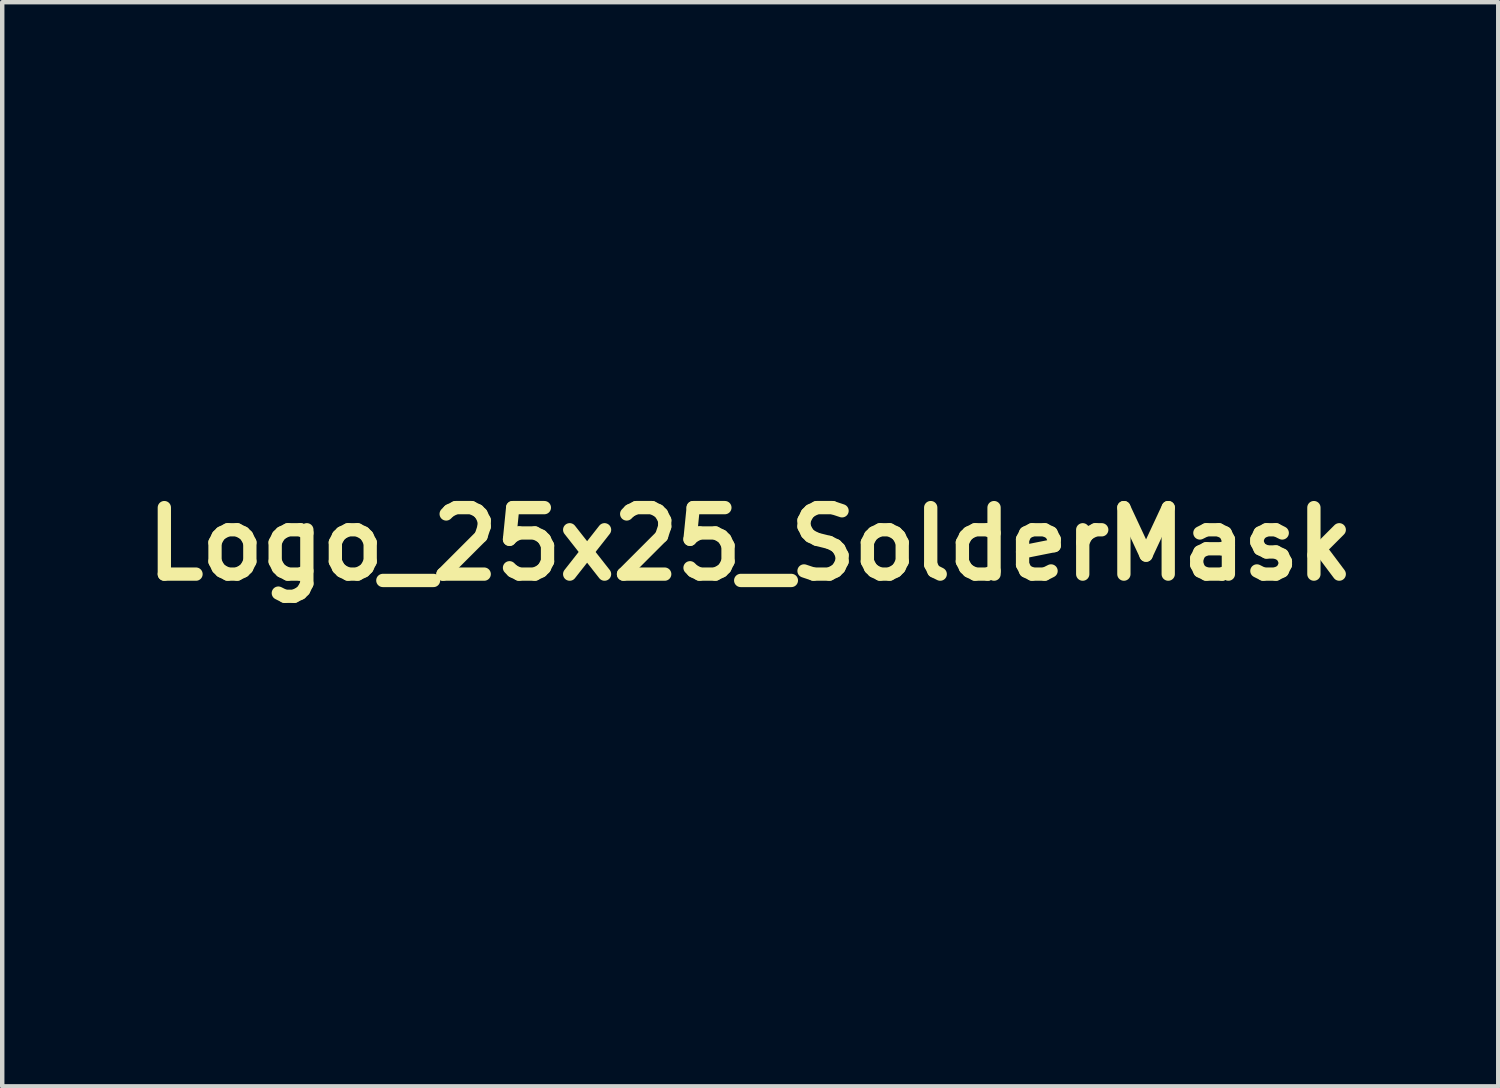
<source format=kicad_pcb>
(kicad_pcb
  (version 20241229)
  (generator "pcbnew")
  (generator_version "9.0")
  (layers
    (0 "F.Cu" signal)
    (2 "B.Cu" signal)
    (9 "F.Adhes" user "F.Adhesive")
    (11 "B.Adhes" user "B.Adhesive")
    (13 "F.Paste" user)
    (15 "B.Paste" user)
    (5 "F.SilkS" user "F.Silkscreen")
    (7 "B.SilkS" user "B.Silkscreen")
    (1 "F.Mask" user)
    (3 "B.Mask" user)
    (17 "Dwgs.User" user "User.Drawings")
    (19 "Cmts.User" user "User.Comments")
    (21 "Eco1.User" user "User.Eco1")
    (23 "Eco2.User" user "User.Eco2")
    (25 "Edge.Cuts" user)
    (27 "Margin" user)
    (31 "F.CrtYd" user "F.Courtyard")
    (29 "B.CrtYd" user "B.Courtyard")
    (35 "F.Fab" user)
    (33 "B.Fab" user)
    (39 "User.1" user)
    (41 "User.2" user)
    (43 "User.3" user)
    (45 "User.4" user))
  (footprint "Logo_25x25_SolderMask"
    (layer "F.Cu")
    (at 13.871 9.221)
    (property "Reference" "Logo_25x25_SolderMask" (at 0 0 0) (layer "F.SilkS") (effects (font (size 1.5 1.5) (thickness 0.3))))
    (attr board_only exclude_from_pos_files exclude_from_bom)
    (fp_poly (pts (xy 0.154 3.472) (xy 0.156 3.474) (xy 0.158 3.479) (xy 0.159 3.487) (xy 0.161 3.501) (xy 0.162 3.52) (xy 0.163 3.547) (xy 0.164 3.58) (xy 0.165 3.623) (xy 0.165 3.675) (xy 0.166 3.737) (xy 0.166 3.812) (xy 0.166 3.898) (xy 0.167 3.998) (xy 0.167 4.113) (xy 0.167 4.242) (xy 0.167 4.296) (xy 0.167 4.431) (xy 0.167 4.551) (xy 0.167 4.655) (xy 0.166 4.746) (xy 0.166 4.825) (xy 0.166 4.891) (xy 0.165 4.947) (xy 0.165 4.992) (xy 0.164 5.029) (xy 0.163 5.058) (xy 0.162 5.081) (xy 0.161 5.097) (xy 0.159 5.109) (xy 0.157 5.116) (xy 0.155 5.121) (xy 0.153 5.123) (xy 0.151 5.125) (xy 0.136 5.128) (xy 0.108 5.13) (xy 0.072 5.132) (xy 0.03 5.133) (xy -0.014 5.133) (xy -0.056 5.132) (xy -0.093 5.13) (xy -0.121 5.128) (xy -0.135 5.124) (xy -0.135 5.124) (xy -0.138 5.122) (xy -0.14 5.118) (xy -0.142 5.111) (xy -0.144 5.1) (xy -0.145 5.085) (xy -0.146 5.063) (xy -0.147 5.035) (xy -0.148 4.998) (xy -0.149 4.953) (xy -0.149 4.898) (xy -0.149 4.832) (xy -0.15 4.755) (xy -0.15 4.664) (xy -0.15 4.56) (xy -0.15 4.441) (xy -0.15 4.317) (xy -0.15 4.178) (xy -0.15 4.055) (xy -0.15 3.947) (xy -0.149 3.854) (xy -0.149 3.773) (xy -0.148 3.705) (xy -0.147 3.649) (xy -0.147 3.604) (xy -0.145 3.568) (xy -0.144 3.542) (xy -0.143 3.524) (xy -0.141 3.514) (xy -0.14 3.51) (xy -0.128 3.506) (xy -0.103 3.501) (xy -0.068 3.495) (xy -0.027 3.489) (xy 0.017 3.483) (xy 0.06 3.478) (xy 0.098 3.474) (xy 0.129 3.471) (xy 0.149 3.471)) (stroke (width 0) (type solid)) (fill yes) (layer "F.Mask"))
    (fp_poly (pts (xy 8.105 3.473) (xy 8.111 3.475) (xy 8.113 3.481) (xy 8.115 3.498) (xy 8.116 3.525) (xy 8.117 3.563) (xy 8.118 3.613) (xy 8.119 3.676) (xy 8.12 3.752) (xy 8.121 3.841) (xy 8.122 3.945) (xy 8.122 4.064) (xy 8.123 4.199) (xy 8.123 4.292) (xy 8.123 4.426) (xy 8.124 4.544) (xy 8.124 4.648) (xy 8.124 4.738) (xy 8.124 4.815) (xy 8.124 4.881) (xy 8.124 4.936) (xy 8.123 4.981) (xy 8.122 5.017) (xy 8.122 5.046) (xy 8.12 5.068) (xy 8.119 5.085) (xy 8.117 5.097) (xy 8.116 5.105) (xy 8.113 5.11) (xy 8.111 5.114) (xy 8.108 5.117) (xy 8.101 5.123) (xy 8.091 5.127) (xy 8.076 5.13) (xy 8.054 5.132) (xy 8.021 5.133) (xy 7.975 5.133) (xy 7.959 5.133) (xy 7.907 5.133) (xy 7.869 5.132) (xy 7.843 5.13) (xy 7.827 5.127) (xy 7.816 5.123) (xy 7.813 5.12) (xy 7.811 5.117) (xy 7.809 5.11) (xy 7.807 5.1) (xy 7.806 5.085) (xy 7.804 5.064) (xy 7.803 5.036) (xy 7.803 5) (xy 7.802 4.955) (xy 7.801 4.901) (xy 7.801 4.836) (xy 7.8 4.759) (xy 7.8 4.669) (xy 7.8 4.566) (xy 7.8 4.447) (xy 7.8 4.317) (xy 7.8 4.182) (xy 7.8 4.063) (xy 7.8 3.958) (xy 7.801 3.868) (xy 7.801 3.79) (xy 7.801 3.724) (xy 7.802 3.67) (xy 7.803 3.625) (xy 7.804 3.589) (xy 7.805 3.562) (xy 7.806 3.542) (xy 7.808 3.528) (xy 7.81 3.519) (xy 7.812 3.515) (xy 7.812 3.514) (xy 7.825 3.509) (xy 7.85 3.502) (xy 7.885 3.495) (xy 7.926 3.488) (xy 7.97 3.482) (xy 8.013 3.477) (xy 8.052 3.474) (xy 8.084 3.472)) (stroke (width 0) (type solid)) (fill yes) (layer "F.Mask"))
    (fp_poly (pts (xy 3.423 3.5) (xy 3.517 3.5) (xy 3.596 3.5) (xy 3.663 3.5) (xy 3.718 3.501) (xy 3.762 3.501) (xy 3.797 3.502) (xy 3.823 3.503) (xy 3.843 3.505) (xy 3.856 3.506) (xy 3.865 3.508) (xy 3.87 3.511) (xy 3.873 3.514) (xy 3.875 3.516) (xy 3.879 3.533) (xy 3.882 3.561) (xy 3.883 3.597) (xy 3.883 3.634) (xy 3.881 3.67) (xy 3.878 3.698) (xy 3.875 3.712) (xy 3.867 3.733) (xy 3.467 3.733) (xy 3.067 3.733) (xy 3.067 3.95) (xy 3.067 4.167) (xy 3.444 4.167) (xy 3.53 4.167) (xy 3.609 4.168) (xy 3.677 4.168) (xy 3.735 4.169) (xy 3.781 4.171) (xy 3.813 4.172) (xy 3.831 4.174) (xy 3.833 4.175) (xy 3.839 4.186) (xy 3.844 4.211) (xy 3.847 4.243) (xy 3.849 4.28) (xy 3.85 4.318) (xy 3.848 4.351) (xy 3.845 4.377) (xy 3.843 4.385) (xy 3.834 4.408) (xy 3.45 4.408) (xy 3.067 4.408) (xy 3.067 4.65) (xy 3.067 4.892) (xy 3.462 4.892) (xy 3.554 4.892) (xy 3.632 4.892) (xy 3.695 4.892) (xy 3.746 4.893) (xy 3.786 4.894) (xy 3.816 4.895) (xy 3.838 4.896) (xy 3.853 4.898) (xy 3.863 4.901) (xy 3.869 4.904) (xy 3.87 4.905) (xy 3.876 4.914) (xy 3.88 4.931) (xy 3.882 4.957) (xy 3.883 4.995) (xy 3.883 5.013) (xy 3.883 5.056) (xy 3.881 5.086) (xy 3.878 5.106) (xy 3.873 5.117) (xy 3.87 5.12) (xy 3.866 5.123) (xy 3.859 5.125) (xy 3.847 5.127) (xy 3.83 5.129) (xy 3.806 5.13) (xy 3.774 5.131) (xy 3.733 5.132) (xy 3.682 5.132) (xy 3.619 5.133) (xy 3.543 5.133) (xy 3.453 5.133) (xy 3.348 5.133) (xy 3.318 5.133) (xy 3.196 5.133) (xy 3.089 5.132) (xy 2.996 5.132) (xy 2.918 5.131) (xy 2.856 5.13) (xy 2.81 5.128) (xy 2.779 5.127) (xy 2.765 5.125) (xy 2.765 5.124) (xy 2.762 5.122) (xy 2.76 5.118) (xy 2.758 5.111) (xy 2.756 5.1) (xy 2.755 5.085) (xy 2.754 5.063) (xy 2.753 5.034) (xy 2.752 4.998) (xy 2.751 4.953) (xy 2.751 4.898) (xy 2.751 4.832) (xy 2.75 4.754) (xy 2.75 4.663) (xy 2.75 4.559) (xy 2.75 4.44) (xy 2.75 4.321) (xy 2.75 4.207) (xy 2.75 4.098) (xy 2.75 3.994) (xy 2.751 3.898) (xy 2.751 3.81) (xy 2.752 3.73) (xy 2.752 3.662) (xy 2.753 3.605) (xy 2.753 3.56) (xy 2.754 3.53) (xy 2.755 3.515) (xy 2.755 3.513) (xy 2.757 3.511) (xy 2.763 3.508) (xy 2.772 3.506) (xy 2.788 3.505) (xy 2.81 3.503) (xy 2.839 3.502) (xy 2.878 3.502) (xy 2.927 3.501) (xy 2.987 3.501) (xy 3.06 3.5) (xy 3.146 3.5) (xy 3.247 3.5) (xy 3.313 3.5)) (stroke (width 0) (type solid)) (fill yes) (layer "F.Mask"))
    (fp_poly (pts (xy -4.968 3.5) (xy -4.874 3.5) (xy -4.793 3.5) (xy -4.726 3.501) (xy -4.671 3.501) (xy -4.627 3.502) (xy -4.592 3.503) (xy -4.566 3.504) (xy -4.547 3.505) (xy -4.534 3.507) (xy -4.527 3.509) (xy -4.523 3.512) (xy -4.522 3.513) (xy -4.519 3.53) (xy -4.517 3.558) (xy -4.516 3.592) (xy -4.517 3.63) (xy -4.518 3.666) (xy -4.521 3.696) (xy -4.524 3.717) (xy -4.527 3.723) (xy -4.534 3.726) (xy -4.549 3.728) (xy -4.575 3.73) (xy -4.613 3.731) (xy -4.662 3.732) (xy -4.724 3.733) (xy -4.801 3.733) (xy -4.892 3.733) (xy -4.935 3.733) (xy -5.333 3.733) (xy -5.333 3.95) (xy -5.333 4.167) (xy -4.95 4.167) (xy -4.86 4.167) (xy -4.786 4.167) (xy -4.725 4.167) (xy -4.676 4.168) (xy -4.639 4.168) (xy -4.61 4.169) (xy -4.59 4.171) (xy -4.576 4.173) (xy -4.567 4.175) (xy -4.562 4.178) (xy -4.559 4.181) (xy -4.559 4.183) (xy -4.555 4.199) (xy -4.552 4.226) (xy -4.55 4.261) (xy -4.55 4.299) (xy -4.551 4.336) (xy -4.553 4.368) (xy -4.557 4.39) (xy -4.56 4.398) (xy -4.567 4.401) (xy -4.583 4.403) (xy -4.609 4.405) (xy -4.647 4.406) (xy -4.697 4.407) (xy -4.76 4.408) (xy -4.837 4.408) (xy -4.93 4.408) (xy -4.952 4.408) (xy -5.333 4.408) (xy -5.333 4.65) (xy -5.333 4.892) (xy -4.935 4.892) (xy -4.837 4.892) (xy -4.754 4.892) (xy -4.686 4.893) (xy -4.631 4.894) (xy -4.589 4.895) (xy -4.559 4.896) (xy -4.539 4.898) (xy -4.528 4.901) (xy -4.527 4.902) (xy -4.522 4.916) (xy -4.518 4.946) (xy -4.517 4.993) (xy -4.517 5.014) (xy -4.517 5.057) (xy -4.518 5.087) (xy -4.52 5.105) (xy -4.524 5.117) (xy -4.53 5.123) (xy -4.533 5.125) (xy -4.545 5.127) (xy -4.574 5.128) (xy -4.619 5.13) (xy -4.681 5.131) (xy -4.758 5.132) (xy -4.852 5.133) (xy -4.961 5.133) (xy -5.086 5.133) (xy -5.194 5.133) (xy -5.286 5.133) (xy -5.364 5.133) (xy -5.43 5.133) (xy -5.483 5.132) (xy -5.526 5.132) (xy -5.56 5.131) (xy -5.586 5.13) (xy -5.605 5.128) (xy -5.618 5.126) (xy -5.626 5.124) (xy -5.632 5.122) (xy -5.636 5.119) (xy -5.636 5.118) (xy -5.639 5.115) (xy -5.641 5.109) (xy -5.642 5.099) (xy -5.644 5.086) (xy -5.645 5.067) (xy -5.646 5.041) (xy -5.647 5.009) (xy -5.648 4.968) (xy -5.649 4.917) (xy -5.649 4.857) (xy -5.649 4.785) (xy -5.65 4.7) (xy -5.65 4.603) (xy -5.65 4.491) (xy -5.65 4.363) (xy -5.65 4.311) (xy -5.65 4.171) (xy -5.65 4.047) (xy -5.65 3.938) (xy -5.649 3.843) (xy -5.649 3.762) (xy -5.648 3.694) (xy -5.647 3.638) (xy -5.646 3.593) (xy -5.645 3.558) (xy -5.644 3.534) (xy -5.642 3.518) (xy -5.64 3.511) (xy -5.64 3.51) (xy -5.634 3.508) (xy -5.619 3.506) (xy -5.595 3.505) (xy -5.561 3.503) (xy -5.515 3.502) (xy -5.457 3.501) (xy -5.387 3.501) (xy -5.302 3.5) (xy -5.202 3.5) (xy -5.087 3.5) (xy -5.078 3.5)) (stroke (width 0) (type solid)) (fill yes) (layer "F.Mask"))
    (fp_poly (pts (xy 5.031 3.5) (xy 5.125 3.5) (xy 5.205 3.5) (xy 5.271 3.5) (xy 5.326 3.501) (xy 5.37 3.501) (xy 5.405 3.502) (xy 5.432 3.503) (xy 5.451 3.505) (xy 5.464 3.506) (xy 5.473 3.508) (xy 5.479 3.511) (xy 5.482 3.514) (xy 5.483 3.516) (xy 5.487 3.531) (xy 5.49 3.558) (xy 5.491 3.593) (xy 5.492 3.617) (xy 5.491 3.654) (xy 5.489 3.687) (xy 5.485 3.71) (xy 5.483 3.717) (xy 5.481 3.721) (xy 5.476 3.724) (xy 5.469 3.727) (xy 5.457 3.729) (xy 5.44 3.73) (xy 5.415 3.731) (xy 5.381 3.732) (xy 5.338 3.733) (xy 5.282 3.733) (xy 5.214 3.733) (xy 5.131 3.733) (xy 5.075 3.733) (xy 4.675 3.733) (xy 4.675 3.95) (xy 4.675 4.167) (xy 5.052 4.167) (xy 5.139 4.167) (xy 5.217 4.168) (xy 5.286 4.168) (xy 5.344 4.169) (xy 5.389 4.171) (xy 5.422 4.172) (xy 5.439 4.174) (xy 5.442 4.175) (xy 5.447 4.186) (xy 5.452 4.21) (xy 5.455 4.243) (xy 5.458 4.28) (xy 5.458 4.318) (xy 5.457 4.352) (xy 5.454 4.378) (xy 5.45 4.391) (xy 5.448 4.395) (xy 5.444 4.398) (xy 5.438 4.401) (xy 5.428 4.403) (xy 5.412 4.405) (xy 5.389 4.406) (xy 5.357 4.407) (xy 5.316 4.408) (xy 5.263 4.408) (xy 5.198 4.408) (xy 5.118 4.408) (xy 5.058 4.408) (xy 4.675 4.408) (xy 4.675 4.65) (xy 4.675 4.892) (xy 5.07 4.892) (xy 5.163 4.892) (xy 5.24 4.892) (xy 5.303 4.892) (xy 5.354 4.893) (xy 5.394 4.894) (xy 5.424 4.895) (xy 5.446 4.896) (xy 5.462 4.898) (xy 5.471 4.901) (xy 5.477 4.904) (xy 5.479 4.905) (xy 5.485 4.914) (xy 5.489 4.931) (xy 5.491 4.957) (xy 5.492 4.995) (xy 5.492 5.013) (xy 5.491 5.056) (xy 5.489 5.086) (xy 5.486 5.106) (xy 5.481 5.117) (xy 5.479 5.12) (xy 5.475 5.123) (xy 5.467 5.125) (xy 5.456 5.127) (xy 5.439 5.129) (xy 5.415 5.13) (xy 5.383 5.131) (xy 5.342 5.132) (xy 5.29 5.132) (xy 5.227 5.133) (xy 5.151 5.133) (xy 5.062 5.133) (xy 4.957 5.133) (xy 4.926 5.133) (xy 4.804 5.133) (xy 4.697 5.132) (xy 4.604 5.132) (xy 4.527 5.131) (xy 4.464 5.13) (xy 4.418 5.128) (xy 4.388 5.127) (xy 4.374 5.125) (xy 4.373 5.124) (xy 4.37 5.122) (xy 4.368 5.118) (xy 4.366 5.111) (xy 4.365 5.1) (xy 4.363 5.085) (xy 4.362 5.063) (xy 4.361 5.034) (xy 4.36 4.998) (xy 4.36 4.953) (xy 4.359 4.898) (xy 4.359 4.832) (xy 4.359 4.754) (xy 4.358 4.663) (xy 4.358 4.559) (xy 4.358 4.44) (xy 4.358 4.321) (xy 4.358 4.207) (xy 4.359 4.098) (xy 4.359 3.994) (xy 4.359 3.898) (xy 4.36 3.81) (xy 4.36 3.73) (xy 4.361 3.662) (xy 4.361 3.605) (xy 4.362 3.56) (xy 4.362 3.53) (xy 4.363 3.515) (xy 4.363 3.513) (xy 4.366 3.511) (xy 4.371 3.508) (xy 4.381 3.506) (xy 4.396 3.505) (xy 4.418 3.503) (xy 4.448 3.502) (xy 4.486 3.502) (xy 4.535 3.501) (xy 4.595 3.501) (xy 4.668 3.5) (xy 4.754 3.5) (xy 4.855 3.5) (xy 4.921 3.5)) (stroke (width 0) (type solid)) (fill yes) (layer "F.Mask"))
    (fp_poly (pts (xy 9.048 3.5) (xy 9.114 3.501) (xy 9.167 3.501) (xy 9.207 3.503) (xy 9.235 3.504) (xy 9.253 3.506) (xy 9.262 3.509) (xy 9.264 3.51) (xy 9.268 3.52) (xy 9.278 3.543) (xy 9.293 3.58) (xy 9.313 3.629) (xy 9.337 3.689) (xy 9.364 3.759) (xy 9.395 3.837) (xy 9.43 3.924) (xy 9.466 4.016) (xy 9.505 4.115) (xy 9.541 4.208) (xy 9.582 4.311) (xy 9.62 4.409) (xy 9.657 4.502) (xy 9.691 4.589) (xy 9.722 4.668) (xy 9.75 4.738) (xy 9.774 4.799) (xy 9.794 4.848) (xy 9.809 4.886) (xy 9.818 4.91) (xy 9.822 4.919) (xy 9.834 4.935) (xy 9.847 4.942) (xy 9.849 4.94) (xy 9.851 4.936) (xy 9.853 4.928) (xy 9.854 4.914) (xy 9.855 4.894) (xy 9.856 4.867) (xy 9.857 4.832) (xy 9.858 4.788) (xy 9.858 4.733) (xy 9.858 4.667) (xy 9.858 4.589) (xy 9.858 4.498) (xy 9.858 4.392) (xy 9.857 4.271) (xy 9.857 4.223) (xy 9.854 3.504) (xy 10.004 3.504) (xy 10.154 3.504) (xy 10.156 4.308) (xy 10.157 4.442) (xy 10.157 4.561) (xy 10.157 4.665) (xy 10.157 4.755) (xy 10.157 4.832) (xy 10.157 4.897) (xy 10.156 4.952) (xy 10.156 4.997) (xy 10.155 5.033) (xy 10.154 5.062) (xy 10.153 5.083) (xy 10.152 5.099) (xy 10.15 5.11) (xy 10.148 5.117) (xy 10.146 5.121) (xy 10.144 5.123) (xy 10.136 5.126) (xy 10.118 5.129) (xy 10.09 5.13) (xy 10.05 5.132) (xy 9.997 5.133) (xy 9.93 5.133) (xy 9.87 5.133) (xy 9.794 5.133) (xy 9.733 5.133) (xy 9.685 5.132) (xy 9.649 5.13) (xy 9.622 5.127) (xy 9.602 5.122) (xy 9.589 5.115) (xy 9.58 5.105) (xy 9.573 5.092) (xy 9.566 5.076) (xy 9.563 5.067) (xy 9.558 5.053) (xy 9.547 5.026) (xy 9.53 4.985) (xy 9.509 4.933) (xy 9.484 4.87) (xy 9.455 4.797) (xy 9.423 4.717) (xy 9.388 4.629) (xy 9.351 4.536) (xy 9.311 4.439) (xy 9.29 4.385) (xy 9.031 3.742) (xy 8.994 3.742) (xy 8.956 3.742) (xy 8.961 4.04) (xy 8.963 4.115) (xy 8.964 4.204) (xy 8.966 4.301) (xy 8.967 4.404) (xy 8.969 4.508) (xy 8.97 4.61) (xy 8.972 4.706) (xy 8.972 4.726) (xy 8.973 4.817) (xy 8.974 4.892) (xy 8.975 4.953) (xy 8.975 5.002) (xy 8.975 5.041) (xy 8.975 5.069) (xy 8.973 5.09) (xy 8.972 5.104) (xy 8.97 5.114) (xy 8.967 5.119) (xy 8.963 5.122) (xy 8.96 5.124) (xy 8.944 5.128) (xy 8.914 5.131) (xy 8.871 5.133) (xy 8.818 5.133) (xy 8.814 5.133) (xy 8.763 5.133) (xy 8.726 5.132) (xy 8.7 5.13) (xy 8.684 5.127) (xy 8.674 5.123) (xy 8.671 5.12) (xy 8.669 5.117) (xy 8.667 5.11) (xy 8.666 5.1) (xy 8.664 5.085) (xy 8.663 5.064) (xy 8.662 5.036) (xy 8.661 5) (xy 8.66 4.955) (xy 8.66 4.901) (xy 8.659 4.835) (xy 8.659 4.758) (xy 8.659 4.668) (xy 8.658 4.565) (xy 8.658 4.446) (xy 8.658 4.32) (xy 8.658 4.165) (xy 8.659 4.027) (xy 8.659 3.905) (xy 8.66 3.8) (xy 8.661 3.712) (xy 8.662 3.64) (xy 8.663 3.584) (xy 8.664 3.545) (xy 8.666 3.522) (xy 8.667 3.516) (xy 8.67 3.512) (xy 8.675 3.508) (xy 8.683 3.506) (xy 8.697 3.504) (xy 8.718 3.502) (xy 8.747 3.501) (xy 8.787 3.5) (xy 8.838 3.5) (xy 8.903 3.5) (xy 8.966 3.5)) (stroke (width 0) (type solid)) (fill yes) (layer "F.Mask"))
    (fp_poly (pts (xy 11.574 3.474) (xy 11.706 3.489) (xy 11.835 3.512) (xy 11.858 3.517) (xy 11.918 3.532) (xy 11.967 3.547) (xy 12.006 3.56) (xy 12.031 3.573) (xy 12.041 3.581) (xy 12.042 3.594) (xy 12.039 3.619) (xy 12.034 3.652) (xy 12.028 3.688) (xy 12.02 3.723) (xy 12.012 3.752) (xy 12.004 3.772) (xy 12.001 3.777) (xy 11.989 3.782) (xy 11.968 3.781) (xy 11.948 3.777) (xy 11.856 3.757) (xy 11.778 3.741) (xy 11.711 3.729) (xy 11.652 3.72) (xy 11.598 3.714) (xy 11.547 3.71) (xy 11.497 3.709) (xy 11.445 3.71) (xy 11.417 3.711) (xy 11.331 3.717) (xy 11.259 3.729) (xy 11.198 3.747) (xy 11.146 3.772) (xy 11.101 3.805) (xy 11.074 3.831) (xy 11.038 3.877) (xy 11.008 3.931) (xy 10.984 3.995) (xy 10.967 4.07) (xy 10.957 4.156) (xy 10.952 4.256) (xy 10.952 4.369) (xy 10.953 4.383) (xy 10.956 4.463) (xy 10.961 4.53) (xy 10.969 4.586) (xy 10.98 4.634) (xy 10.994 4.678) (xy 11.012 4.721) (xy 11.05 4.784) (xy 11.098 4.835) (xy 11.158 4.875) (xy 11.23 4.903) (xy 11.269 4.913) (xy 11.311 4.92) (xy 11.365 4.924) (xy 11.427 4.926) (xy 11.493 4.927) (xy 11.557 4.925) (xy 11.615 4.921) (xy 11.648 4.917) (xy 11.725 4.906) (xy 11.725 4.67) (xy 11.725 4.435) (xy 11.694 4.43) (xy 11.674 4.427) (xy 11.641 4.423) (xy 11.601 4.418) (xy 11.557 4.412) (xy 11.554 4.412) (xy 11.504 4.405) (xy 11.468 4.399) (xy 11.446 4.392) (xy 11.435 4.385) (xy 11.435 4.385) (xy 11.43 4.369) (xy 11.426 4.342) (xy 11.424 4.307) (xy 11.425 4.27) (xy 11.427 4.235) (xy 11.431 4.207) (xy 11.437 4.19) (xy 11.438 4.188) (xy 11.443 4.185) (xy 11.453 4.182) (xy 11.467 4.179) (xy 11.489 4.178) (xy 11.52 4.177) (xy 11.562 4.176) (xy 11.615 4.175) (xy 11.683 4.175) (xy 11.732 4.175) (xy 11.799 4.175) (xy 11.861 4.176) (xy 11.916 4.177) (xy 11.961 4.178) (xy 11.996 4.179) (xy 12.017 4.181) (xy 12.023 4.182) (xy 12.026 4.187) (xy 12.028 4.198) (xy 12.029 4.217) (xy 12.031 4.245) (xy 12.032 4.283) (xy 12.032 4.333) (xy 12.032 4.395) (xy 12.032 4.471) (xy 12.032 4.562) (xy 12.032 4.602) (xy 12.031 4.696) (xy 12.03 4.774) (xy 12.03 4.839) (xy 12.029 4.891) (xy 12.028 4.933) (xy 12.027 4.965) (xy 12.026 4.989) (xy 12.024 5.006) (xy 12.022 5.018) (xy 12.019 5.027) (xy 12.015 5.034) (xy 12.012 5.039) (xy 11.993 5.061) (xy 11.969 5.079) (xy 11.939 5.094) (xy 11.9 5.107) (xy 11.85 5.12) (xy 11.787 5.132) (xy 11.746 5.138) (xy 11.698 5.144) (xy 11.638 5.149) (xy 11.57 5.152) (xy 11.498 5.154) (xy 11.425 5.155) (xy 11.355 5.155) (xy 11.292 5.153) (xy 11.24 5.149) (xy 11.215 5.146) (xy 11.104 5.125) (xy 11.006 5.097) (xy 10.922 5.059) (xy 10.851 5.012) (xy 10.79 4.954) (xy 10.74 4.884) (xy 10.699 4.802) (xy 10.666 4.707) (xy 10.644 4.612) (xy 10.638 4.571) (xy 10.634 4.516) (xy 10.631 4.452) (xy 10.629 4.382) (xy 10.628 4.308) (xy 10.629 4.236) (xy 10.631 4.167) (xy 10.635 4.106) (xy 10.64 4.055) (xy 10.644 4.029) (xy 10.664 3.943) (xy 10.685 3.87) (xy 10.71 3.808) (xy 10.739 3.753) (xy 10.775 3.704) (xy 10.818 3.656) (xy 10.82 3.654) (xy 10.876 3.604) (xy 10.933 3.566) (xy 10.997 3.535) (xy 11.072 3.51) (xy 11.094 3.504) (xy 11.201 3.483) (xy 11.319 3.471) (xy 11.444 3.468)) (stroke (width 0) (type solid)) (fill yes) (layer "F.Mask"))
    (fp_poly (pts (xy -1.142 3.474) (xy -1.02 3.486) (xy -0.901 3.505) (xy -0.812 3.525) (xy -0.758 3.539) (xy -0.718 3.551) (xy -0.69 3.561) (xy -0.672 3.571) (xy -0.662 3.582) (xy -0.659 3.593) (xy -0.658 3.598) (xy -0.66 3.619) (xy -0.665 3.65) (xy -0.672 3.684) (xy -0.68 3.719) (xy -0.688 3.749) (xy -0.695 3.77) (xy -0.699 3.778) (xy -0.712 3.782) (xy -0.735 3.78) (xy -0.752 3.777) (xy -0.844 3.757) (xy -0.922 3.741) (xy -0.989 3.729) (xy -1.048 3.72) (xy -1.102 3.714) (xy -1.153 3.71) (xy -1.203 3.709) (xy -1.255 3.71) (xy -1.283 3.711) (xy -1.369 3.717) (xy -1.44 3.729) (xy -1.5 3.746) (xy -1.551 3.77) (xy -1.596 3.802) (xy -1.624 3.829) (xy -1.668 3.885) (xy -1.701 3.952) (xy -1.726 4.032) (xy -1.731 4.051) (xy -1.737 4.09) (xy -1.742 4.142) (xy -1.745 4.204) (xy -1.747 4.272) (xy -1.747 4.342) (xy -1.746 4.411) (xy -1.744 4.476) (xy -1.74 4.533) (xy -1.734 4.579) (xy -1.731 4.596) (xy -1.707 4.68) (xy -1.673 4.751) (xy -1.63 4.809) (xy -1.576 4.855) (xy -1.511 4.889) (xy -1.435 4.913) (xy -1.432 4.913) (xy -1.395 4.919) (xy -1.345 4.923) (xy -1.287 4.925) (xy -1.226 4.926) (xy -1.164 4.925) (xy -1.107 4.922) (xy -1.059 4.918) (xy -1.038 4.915) (xy -0.979 4.904) (xy -0.977 4.669) (xy -0.977 4.608) (xy -0.977 4.553) (xy -0.977 4.506) (xy -0.978 4.469) (xy -0.979 4.444) (xy -0.981 4.434) (xy -0.981 4.433) (xy -0.991 4.432) (xy -1.015 4.43) (xy -1.049 4.425) (xy -1.091 4.42) (xy -1.121 4.416) (xy -1.175 4.409) (xy -1.215 4.402) (xy -1.242 4.396) (xy -1.258 4.391) (xy -1.265 4.386) (xy -1.27 4.369) (xy -1.274 4.342) (xy -1.276 4.307) (xy -1.275 4.27) (xy -1.273 4.235) (xy -1.269 4.207) (xy -1.263 4.19) (xy -1.262 4.188) (xy -1.257 4.184) (xy -1.247 4.182) (xy -1.232 4.179) (xy -1.21 4.178) (xy -1.179 4.176) (xy -1.138 4.176) (xy -1.084 4.175) (xy -1.016 4.175) (xy -0.971 4.175) (xy -0.904 4.175) (xy -0.842 4.176) (xy -0.787 4.176) (xy -0.742 4.177) (xy -0.707 4.178) (xy -0.686 4.179) (xy -0.68 4.18) (xy -0.677 4.183) (xy -0.674 4.189) (xy -0.672 4.199) (xy -0.67 4.216) (xy -0.669 4.241) (xy -0.668 4.274) (xy -0.668 4.318) (xy -0.667 4.373) (xy -0.667 4.442) (xy -0.667 4.525) (xy -0.667 4.587) (xy -0.667 4.679) (xy -0.667 4.756) (xy -0.667 4.819) (xy -0.667 4.87) (xy -0.668 4.911) (xy -0.669 4.942) (xy -0.67 4.966) (xy -0.672 4.984) (xy -0.675 4.998) (xy -0.678 5.008) (xy -0.681 5.017) (xy -0.685 5.025) (xy -0.7 5.05) (xy -0.719 5.07) (xy -0.744 5.086) (xy -0.777 5.101) (xy -0.821 5.113) (xy -0.876 5.125) (xy -0.947 5.137) (xy -0.954 5.138) (xy -1.002 5.144) (xy -1.062 5.149) (xy -1.13 5.152) (xy -1.202 5.154) (xy -1.275 5.155) (xy -1.345 5.155) (xy -1.408 5.153) (xy -1.46 5.149) (xy -1.485 5.146) (xy -1.593 5.126) (xy -1.689 5.098) (xy -1.773 5.061) (xy -1.845 5.015) (xy -1.907 4.958) (xy -1.958 4.891) (xy -1.999 4.813) (xy -2.031 4.723) (xy -2.054 4.62) (xy -2.068 4.503) (xy -2.075 4.373) (xy -2.075 4.324) (xy -2.074 4.226) (xy -2.069 4.141) (xy -2.061 4.065) (xy -2.049 3.994) (xy -2.037 3.944) (xy -2.005 3.843) (xy -1.961 3.755) (xy -1.907 3.68) (xy -1.841 3.616) (xy -1.763 3.564) (xy -1.673 3.524) (xy -1.582 3.497) (xy -1.486 3.48) (xy -1.378 3.47) (xy -1.262 3.468)) (stroke (width 0) (type solid)) (fill yes) (layer "F.Mask"))
    (fp_poly (pts (xy -3.655 3.5) (xy -3.592 3.5) (xy -3.543 3.501) (xy -3.506 3.501) (xy -3.479 3.503) (xy -3.46 3.504) (xy -3.447 3.506) (xy -3.44 3.509) (xy -3.436 3.513) (xy -3.434 3.515) (xy -3.43 3.525) (xy -3.42 3.55) (xy -3.405 3.587) (xy -3.385 3.637) (xy -3.361 3.697) (xy -3.333 3.767) (xy -3.302 3.846) (xy -3.268 3.932) (xy -3.232 4.025) (xy -3.193 4.123) (xy -3.162 4.201) (xy -3.114 4.325) (xy -3.071 4.434) (xy -3.033 4.529) (xy -3.001 4.612) (xy -2.973 4.683) (xy -2.949 4.743) (xy -2.929 4.793) (xy -2.912 4.834) (xy -2.899 4.866) (xy -2.888 4.892) (xy -2.88 4.911) (xy -2.873 4.924) (xy -2.868 4.933) (xy -2.864 4.938) (xy -2.861 4.941) (xy -2.859 4.942) (xy -2.856 4.942) (xy -2.854 4.942) (xy -2.852 4.941) (xy -2.85 4.937) (xy -2.848 4.929) (xy -2.847 4.916) (xy -2.845 4.898) (xy -2.844 4.872) (xy -2.844 4.839) (xy -2.843 4.796) (xy -2.843 4.744) (xy -2.842 4.68) (xy -2.842 4.605) (xy -2.843 4.517) (xy -2.843 4.414) (xy -2.843 4.297) (xy -2.843 4.223) (xy -2.846 3.504) (xy -2.696 3.504) (xy -2.546 3.504) (xy -2.544 4.308) (xy -2.543 4.442) (xy -2.543 4.561) (xy -2.543 4.665) (xy -2.543 4.755) (xy -2.543 4.832) (xy -2.543 4.897) (xy -2.544 4.952) (xy -2.544 4.997) (xy -2.545 5.033) (xy -2.546 5.062) (xy -2.547 5.083) (xy -2.548 5.099) (xy -2.55 5.11) (xy -2.552 5.117) (xy -2.554 5.121) (xy -2.556 5.123) (xy -2.564 5.126) (xy -2.582 5.129) (xy -2.61 5.13) (xy -2.65 5.132) (xy -2.703 5.133) (xy -2.77 5.133) (xy -2.83 5.133) (xy -2.903 5.133) (xy -2.962 5.133) (xy -3.007 5.132) (xy -3.041 5.131) (xy -3.066 5.13) (xy -3.084 5.128) (xy -3.095 5.125) (xy -3.103 5.122) (xy -3.107 5.119) (xy -3.113 5.108) (xy -3.125 5.083) (xy -3.142 5.044) (xy -3.164 4.992) (xy -3.192 4.927) (xy -3.223 4.85) (xy -3.26 4.761) (xy -3.3 4.663) (xy -3.343 4.554) (xy -3.391 4.437) (xy -3.396 4.423) (xy -3.669 3.742) (xy -3.705 3.742) (xy -3.742 3.742) (xy -3.742 3.815) (xy -3.742 3.835) (xy -3.741 3.87) (xy -3.741 3.919) (xy -3.74 3.981) (xy -3.739 4.053) (xy -3.738 4.133) (xy -3.737 4.222) (xy -3.735 4.316) (xy -3.734 4.415) (xy -3.732 4.499) (xy -3.731 4.615) (xy -3.729 4.715) (xy -3.728 4.801) (xy -3.727 4.873) (xy -3.726 4.934) (xy -3.726 4.983) (xy -3.726 5.023) (xy -3.727 5.054) (xy -3.727 5.077) (xy -3.729 5.094) (xy -3.73 5.106) (xy -3.732 5.114) (xy -3.734 5.119) (xy -3.737 5.122) (xy -3.738 5.122) (xy -3.753 5.127) (xy -3.781 5.131) (xy -3.818 5.133) (xy -3.86 5.134) (xy -3.905 5.134) (xy -3.947 5.133) (xy -3.984 5.13) (xy -4.012 5.126) (xy -4.028 5.121) (xy -4.029 5.12) (xy -4.031 5.117) (xy -4.033 5.11) (xy -4.034 5.1) (xy -4.036 5.085) (xy -4.037 5.064) (xy -4.038 5.036) (xy -4.039 5) (xy -4.04 4.956) (xy -4.04 4.901) (xy -4.041 4.836) (xy -4.041 4.759) (xy -4.041 4.67) (xy -4.042 4.566) (xy -4.042 4.448) (xy -4.042 4.315) (xy -4.042 4.314) (xy -4.042 4.173) (xy -4.041 4.049) (xy -4.041 3.94) (xy -4.041 3.845) (xy -4.04 3.763) (xy -4.04 3.695) (xy -4.039 3.638) (xy -4.038 3.593) (xy -4.037 3.559) (xy -4.035 3.534) (xy -4.034 3.518) (xy -4.032 3.511) (xy -4.032 3.51) (xy -4.024 3.507) (xy -4.006 3.505) (xy -3.978 3.503) (xy -3.938 3.502) (xy -3.884 3.501) (xy -3.816 3.5) (xy -3.732 3.5) (xy -3.732 3.5)) (stroke (width 0) (type solid)) (fill yes) (layer "F.Mask"))
    (fp_poly (pts (xy 1.128 3.5) (xy 1.182 3.5) (xy 1.229 3.501) (xy 1.267 3.503) (xy 1.293 3.504) (xy 1.305 3.506) (xy 1.306 3.506) (xy 1.31 3.515) (xy 1.32 3.538) (xy 1.335 3.574) (xy 1.355 3.623) (xy 1.38 3.682) (xy 1.408 3.752) (xy 1.439 3.831) (xy 1.474 3.917) (xy 1.511 4.01) (xy 1.55 4.109) (xy 1.591 4.213) (xy 1.596 4.227) (xy 1.645 4.351) (xy 1.689 4.461) (xy 1.726 4.556) (xy 1.759 4.639) (xy 1.788 4.71) (xy 1.812 4.769) (xy 1.832 4.818) (xy 1.849 4.857) (xy 1.862 4.888) (xy 1.873 4.911) (xy 1.881 4.927) (xy 1.887 4.936) (xy 1.891 4.941) (xy 1.893 4.942) (xy 1.896 4.941) (xy 1.899 4.939) (xy 1.901 4.934) (xy 1.903 4.925) (xy 1.905 4.91) (xy 1.906 4.889) (xy 1.906 4.859) (xy 1.907 4.821) (xy 1.907 4.772) (xy 1.907 4.712) (xy 1.906 4.639) (xy 1.905 4.552) (xy 1.905 4.45) (xy 1.904 4.431) (xy 1.904 4.333) (xy 1.903 4.235) (xy 1.901 4.138) (xy 1.9 4.044) (xy 1.899 3.957) (xy 1.898 3.878) (xy 1.897 3.81) (xy 1.896 3.755) (xy 1.896 3.725) (xy 1.894 3.659) (xy 1.894 3.607) (xy 1.894 3.569) (xy 1.896 3.542) (xy 1.898 3.525) (xy 1.901 3.515) (xy 1.902 3.514) (xy 1.907 3.509) (xy 1.916 3.505) (xy 1.93 3.503) (xy 1.953 3.501) (xy 1.987 3.501) (xy 2.033 3.502) (xy 2.058 3.502) (xy 2.204 3.504) (xy 2.206 4.308) (xy 2.207 4.442) (xy 2.207 4.561) (xy 2.207 4.665) (xy 2.207 4.755) (xy 2.207 4.832) (xy 2.207 4.897) (xy 2.206 4.952) (xy 2.206 4.997) (xy 2.205 5.033) (xy 2.204 5.062) (xy 2.203 5.083) (xy 2.202 5.099) (xy 2.2 5.11) (xy 2.198 5.117) (xy 2.196 5.121) (xy 2.194 5.123) (xy 2.181 5.126) (xy 2.154 5.129) (xy 2.116 5.131) (xy 2.068 5.133) (xy 2.014 5.134) (xy 1.955 5.134) (xy 1.895 5.134) (xy 1.837 5.134) (xy 1.781 5.132) (xy 1.732 5.131) (xy 1.692 5.128) (xy 1.662 5.125) (xy 1.646 5.122) (xy 1.645 5.121) (xy 1.639 5.112) (xy 1.627 5.088) (xy 1.61 5.05) (xy 1.587 4.998) (xy 1.559 4.931) (xy 1.525 4.849) (xy 1.486 4.753) (xy 1.441 4.641) (xy 1.389 4.514) (xy 1.354 4.426) (xy 1.08 3.742) (xy 1.044 3.742) (xy 1.008 3.742) (xy 1.008 3.894) (xy 1.008 3.93) (xy 1.009 3.98) (xy 1.01 4.044) (xy 1.01 4.118) (xy 1.012 4.2) (xy 1.013 4.29) (xy 1.014 4.384) (xy 1.016 4.481) (xy 1.017 4.579) (xy 1.019 4.686) (xy 1.02 4.779) (xy 1.022 4.856) (xy 1.022 4.921) (xy 1.023 4.974) (xy 1.023 5.017) (xy 1.023 5.05) (xy 1.022 5.075) (xy 1.021 5.094) (xy 1.019 5.106) (xy 1.017 5.114) (xy 1.015 5.119) (xy 1.012 5.122) (xy 1.011 5.123) (xy 0.998 5.127) (xy 0.971 5.13) (xy 0.935 5.132) (xy 0.893 5.133) (xy 0.849 5.133) (xy 0.806 5.133) (xy 0.769 5.131) (xy 0.74 5.128) (xy 0.724 5.125) (xy 0.723 5.124) (xy 0.72 5.122) (xy 0.718 5.118) (xy 0.716 5.111) (xy 0.715 5.1) (xy 0.713 5.085) (xy 0.712 5.063) (xy 0.711 5.034) (xy 0.71 4.998) (xy 0.71 4.953) (xy 0.709 4.898) (xy 0.709 4.832) (xy 0.709 4.755) (xy 0.708 4.664) (xy 0.708 4.56) (xy 0.708 4.441) (xy 0.708 4.318) (xy 0.708 4.177) (xy 0.709 4.052) (xy 0.709 3.943) (xy 0.709 3.847) (xy 0.71 3.766) (xy 0.71 3.697) (xy 0.711 3.64) (xy 0.712 3.595) (xy 0.713 3.56) (xy 0.715 3.535) (xy 0.716 3.519) (xy 0.718 3.511) (xy 0.718 3.51) (xy 0.729 3.508) (xy 0.753 3.506) (xy 0.79 3.504) (xy 0.836 3.502) (xy 0.89 3.501) (xy 0.948 3.5) (xy 1.009 3.5) (xy 1.069 3.5)) (stroke (width 0) (type solid)) (fill yes) (layer "F.Mask"))
    (fp_poly (pts (xy 6.341 3.501) (xy 6.446 3.502) (xy 6.464 3.502) (xy 6.566 3.503) (xy 6.653 3.504) (xy 6.726 3.504) (xy 6.787 3.505) (xy 6.837 3.506) (xy 6.877 3.507) (xy 6.909 3.509) (xy 6.934 3.511) (xy 6.953 3.513) (xy 6.969 3.515) (xy 6.982 3.518) (xy 6.987 3.52) (xy 7.07 3.55) (xy 7.138 3.589) (xy 7.193 3.638) (xy 7.236 3.696) (xy 7.266 3.765) (xy 7.284 3.845) (xy 7.291 3.937) (xy 7.291 3.95) (xy 7.286 4.038) (xy 7.27 4.114) (xy 7.242 4.179) (xy 7.203 4.232) (xy 7.151 4.274) (xy 7.087 4.306) (xy 7.009 4.329) (xy 6.994 4.332) (xy 6.925 4.346) (xy 6.925 4.376) (xy 6.925 4.406) (xy 6.995 4.415) (xy 7.07 4.429) (xy 7.132 4.448) (xy 7.181 4.475) (xy 7.22 4.511) (xy 7.243 4.541) (xy 7.257 4.565) (xy 7.269 4.589) (xy 7.279 4.617) (xy 7.287 4.648) (xy 7.295 4.686) (xy 7.301 4.731) (xy 7.306 4.786) (xy 7.311 4.853) (xy 7.315 4.932) (xy 7.319 5.023) (xy 7.321 5.061) (xy 7.32 5.089) (xy 7.316 5.109) (xy 7.304 5.122) (xy 7.285 5.129) (xy 7.254 5.132) (xy 7.211 5.133) (xy 7.164 5.133) (xy 7.118 5.133) (xy 7.077 5.131) (xy 7.044 5.129) (xy 7.023 5.127) (xy 7.017 5.125) (xy 7.013 5.12) (xy 7.009 5.107) (xy 7.006 5.085) (xy 7.002 5.053) (xy 6.999 5.009) (xy 6.995 4.951) (xy 6.991 4.894) (xy 6.987 4.822) (xy 6.982 4.765) (xy 6.978 4.72) (xy 6.973 4.685) (xy 6.968 4.658) (xy 6.96 4.637) (xy 6.951 4.619) (xy 6.939 4.603) (xy 6.924 4.586) (xy 6.922 4.585) (xy 6.897 4.562) (xy 6.87 4.543) (xy 6.837 4.528) (xy 6.797 4.517) (xy 6.748 4.508) (xy 6.688 4.502) (xy 6.615 4.498) (xy 6.537 4.495) (xy 6.482 4.494) (xy 6.429 4.493) (xy 6.383 4.491) (xy 6.347 4.49) (xy 6.323 4.489) (xy 6.319 4.488) (xy 6.283 4.485) (xy 6.283 4.801) (xy 6.283 4.882) (xy 6.283 4.947) (xy 6.283 5) (xy 6.282 5.04) (xy 6.281 5.07) (xy 6.28 5.092) (xy 6.278 5.107) (xy 6.275 5.116) (xy 6.272 5.121) (xy 6.268 5.124) (xy 6.267 5.125) (xy 6.253 5.128) (xy 6.225 5.13) (xy 6.189 5.132) (xy 6.146 5.133) (xy 6.102 5.133) (xy 6.06 5.132) (xy 6.024 5.13) (xy 5.996 5.128) (xy 5.981 5.124) (xy 5.981 5.124) (xy 5.979 5.122) (xy 5.977 5.118) (xy 5.975 5.111) (xy 5.973 5.1) (xy 5.972 5.085) (xy 5.971 5.063) (xy 5.97 5.035) (xy 5.969 4.998) (xy 5.968 4.953) (xy 5.968 4.898) (xy 5.967 4.832) (xy 5.967 4.755) (xy 5.967 4.664) (xy 5.967 4.56) (xy 5.967 4.441) (xy 5.967 4.317) (xy 5.967 4.182) (xy 5.967 4.062) (xy 5.967 4.005) (xy 6.283 4.005) (xy 6.283 4.285) (xy 6.406 4.279) (xy 6.464 4.277) (xy 6.528 4.273) (xy 6.592 4.27) (xy 6.646 4.266) (xy 6.693 4.262) (xy 6.738 4.258) (xy 6.776 4.252) (xy 6.803 4.247) (xy 6.806 4.246) (xy 6.858 4.223) (xy 6.903 4.19) (xy 6.937 4.148) (xy 6.942 4.141) (xy 6.95 4.125) (xy 6.956 4.109) (xy 6.96 4.091) (xy 6.962 4.066) (xy 6.962 4.03) (xy 6.963 3.992) (xy 6.962 3.946) (xy 6.961 3.913) (xy 6.959 3.89) (xy 6.955 3.872) (xy 6.949 3.855) (xy 6.939 3.837) (xy 6.938 3.834) (xy 6.918 3.805) (xy 6.895 3.779) (xy 6.882 3.769) (xy 6.863 3.757) (xy 6.844 3.748) (xy 6.823 3.74) (xy 6.798 3.734) (xy 6.766 3.73) (xy 6.727 3.728) (xy 6.677 3.726) (xy 6.615 3.725) (xy 6.539 3.725) (xy 6.528 3.725) (xy 6.283 3.725) (xy 6.283 4.005) (xy 5.967 4.005) (xy 5.967 3.957) (xy 5.967 3.866) (xy 5.968 3.787) (xy 5.968 3.721) (xy 5.969 3.666) (xy 5.97 3.621) (xy 5.97 3.585) (xy 5.972 3.557) (xy 5.973 3.536) (xy 5.974 3.522) (xy 5.976 3.514) (xy 5.978 3.509) (xy 5.978 3.509) (xy 5.986 3.507) (xy 6.002 3.505) (xy 6.028 3.503) (xy 6.065 3.502) (xy 6.114 3.502) (xy 6.175 3.501) (xy 6.251 3.501)) (stroke (width 0) (type solid)) (fill yes) (layer "F.Mask"))
    (fp_poly (pts (xy -2.359 -9.216) (xy -2.105 -9.199) (xy -1.855 -9.168) (xy -1.61 -9.125) (xy -1.373 -9.069) (xy -1.154 -9.004) (xy -0.966 -8.934) (xy -0.785 -8.848) (xy -0.61 -8.748) (xy -0.443 -8.635) (xy -0.284 -8.509) (xy -0.134 -8.371) (xy 0.006 -8.222) (xy 0.135 -8.062) (xy 0.253 -7.892) (xy 0.359 -7.714) (xy 0.452 -7.527) (xy 0.531 -7.332) (xy 0.556 -7.264) (xy 0.615 -7.061) (xy 0.659 -6.855) (xy 0.686 -6.645) (xy 0.698 -6.433) (xy 0.693 -6.22) (xy 0.672 -6.005) (xy 0.634 -5.789) (xy 0.612 -5.69) (xy 0.556 -5.493) (xy 0.486 -5.302) (xy 0.403 -5.118) (xy 0.307 -4.942) (xy 0.2 -4.774) (xy 0.082 -4.615) (xy -0.046 -4.466) (xy -0.184 -4.327) (xy -0.33 -4.2) (xy -0.485 -4.085) (xy -0.647 -3.982) (xy -0.815 -3.892) (xy -0.99 -3.817) (xy -1.17 -3.756) (xy -1.354 -3.711) (xy -1.387 -3.704) (xy -1.472 -3.69) (xy -1.555 -3.68) (xy -1.64 -3.673) (xy -1.73 -3.669) (xy -1.83 -3.668) (xy -1.929 -3.669) (xy -2.035 -3.672) (xy -2.128 -3.678) (xy -2.214 -3.685) (xy -2.297 -3.695) (xy -2.382 -3.709) (xy -2.451 -3.721) (xy -2.643 -3.766) (xy -2.828 -3.824) (xy -3.004 -3.894) (xy -3.172 -3.976) (xy -3.329 -4.069) (xy -3.477 -4.173) (xy -3.614 -4.287) (xy -3.739 -4.411) (xy -3.851 -4.544) (xy -3.951 -4.685) (xy -4.037 -4.835) (xy -4.108 -4.993) (xy -4.113 -5.003) (xy -4.167 -5.163) (xy -4.209 -5.325) (xy -4.237 -5.49) (xy -4.252 -5.655) (xy -4.254 -5.819) (xy -4.243 -5.982) (xy -4.22 -6.141) (xy -4.184 -6.296) (xy -4.137 -6.445) (xy -4.078 -6.587) (xy -4.007 -6.72) (xy -3.924 -6.845) (xy -3.83 -6.958) (xy -3.794 -6.996) (xy -3.688 -7.091) (xy -3.575 -7.173) (xy -3.453 -7.242) (xy -3.322 -7.298) (xy -3.179 -7.343) (xy -3.161 -7.348) (xy -3.13 -7.355) (xy -3.103 -7.361) (xy -3.078 -7.365) (xy -3.05 -7.368) (xy -3.016 -7.369) (xy -2.974 -7.37) (xy -2.92 -7.37) (xy -2.888 -7.37) (xy -2.81 -7.37) (xy -2.745 -7.367) (xy -2.689 -7.363) (xy -2.637 -7.355) (xy -2.586 -7.344) (xy -2.53 -7.329) (xy -2.468 -7.309) (xy -2.452 -7.304) (xy -2.312 -7.249) (xy -2.177 -7.178) (xy -2.049 -7.094) (xy -1.927 -6.998) (xy -1.813 -6.89) (xy -1.708 -6.772) (xy -1.612 -6.644) (xy -1.525 -6.509) (xy -1.449 -6.367) (xy -1.385 -6.22) (xy -1.333 -6.068) (xy -1.293 -5.913) (xy -1.267 -5.756) (xy -1.256 -5.598) (xy -1.259 -5.443) (xy -1.269 -5.341) (xy -1.283 -5.253) (xy -1.302 -5.179) (xy -1.327 -5.117) (xy -1.359 -5.066) (xy -1.397 -5.024) (xy -1.443 -4.99) (xy -1.473 -4.973) (xy -1.507 -4.958) (xy -1.534 -4.95) (xy -1.565 -4.946) (xy -1.591 -4.946) (xy -1.665 -4.953) (xy -1.731 -4.976) (xy -1.789 -5.013) (xy -1.801 -5.023) (xy -1.825 -5.047) (xy -1.846 -5.071) (xy -1.862 -5.098) (xy -1.875 -5.128) (xy -1.884 -5.165) (xy -1.891 -5.21) (xy -1.896 -5.264) (xy -1.898 -5.33) (xy -1.899 -5.41) (xy -1.899 -5.471) (xy -1.9 -5.567) (xy -1.902 -5.649) (xy -1.905 -5.719) (xy -1.911 -5.78) (xy -1.919 -5.834) (xy -1.929 -5.884) (xy -1.943 -5.931) (xy -1.959 -5.979) (xy -1.961 -5.984) (xy -2.009 -6.092) (xy -2.07 -6.2) (xy -2.144 -6.305) (xy -2.227 -6.405) (xy -2.316 -6.496) (xy -2.41 -6.575) (xy -2.417 -6.58) (xy -2.473 -6.618) (xy -2.538 -6.655) (xy -2.606 -6.687) (xy -2.671 -6.713) (xy -2.712 -6.726) (xy -2.782 -6.739) (xy -2.858 -6.745) (xy -2.935 -6.743) (xy -3.005 -6.734) (xy -3.037 -6.726) (xy -3.14 -6.689) (xy -3.235 -6.637) (xy -3.32 -6.571) (xy -3.397 -6.493) (xy -3.463 -6.402) (xy -3.519 -6.299) (xy -3.564 -6.184) (xy -3.588 -6.104) (xy -3.611 -5.984) (xy -3.623 -5.855) (xy -3.624 -5.723) (xy -3.614 -5.59) (xy -3.593 -5.46) (xy -3.562 -5.337) (xy -3.534 -5.255) (xy -3.471 -5.119) (xy -3.394 -4.991) (xy -3.304 -4.873) (xy -3.201 -4.765) (xy -3.086 -4.667) (xy -2.959 -4.579) (xy -2.82 -4.503) (xy -2.671 -4.438) (xy -2.511 -4.384) (xy -2.447 -4.367) (xy -2.375 -4.349) (xy -2.31 -4.335) (xy -2.251 -4.324) (xy -2.192 -4.316) (xy -2.132 -4.31) (xy -2.065 -4.307) (xy -1.99 -4.305) (xy -1.902 -4.304) (xy -1.887 -4.304) (xy -1.796 -4.305) (xy -1.719 -4.306) (xy -1.652 -4.31) (xy -1.591 -4.315) (xy -1.535 -4.322) (xy -1.479 -4.332) (xy -1.421 -4.345) (xy -1.382 -4.355) (xy -1.224 -4.403) (xy -1.072 -4.466) (xy -0.927 -4.544) (xy -0.789 -4.635) (xy -0.66 -4.738) (xy -0.538 -4.854) (xy -0.426 -4.981) (xy -0.324 -5.118) (xy -0.232 -5.265) (xy -0.152 -5.421) (xy -0.083 -5.585) (xy -0.026 -5.757) (xy 0.017 -5.935) (xy 0.038 -6.052) (xy 0.054 -6.194) (xy 0.061 -6.344) (xy 0.059 -6.497) (xy 0.048 -6.646) (xy 0.033 -6.758) (xy -0.005 -6.942) (xy -0.058 -7.119) (xy -0.127 -7.29) (xy -0.21 -7.454) (xy -0.309 -7.611) (xy -0.423 -7.761) (xy -0.482 -7.829) (xy -0.601 -7.949) (xy -0.733 -8.061) (xy -0.878 -8.165) (xy -1.033 -8.258) (xy -1.198 -8.342) (xy -1.372 -8.415) (xy -1.553 -8.476) (xy -1.739 -8.524) (xy -1.758 -8.528) (xy -1.951 -8.563) (xy -2.154 -8.586) (xy -2.364 -8.598) (xy -2.582 -8.598) (xy -2.804 -8.588) (xy -3.028 -8.566) (xy -3.253 -8.534) (xy -3.477 -8.49) (xy -3.697 -8.436) (xy -3.74 -8.425) (xy -4.013 -8.339) (xy -4.283 -8.237) (xy -4.551 -8.119) (xy -4.815 -7.985) (xy -5.076 -7.836) (xy -5.332 -7.671) (xy -5.584 -7.491) (xy -5.831 -7.297) (xy -6.074 -7.088) (xy -6.31 -6.865) (xy -6.542 -6.628) (xy -6.767 -6.377) (xy -6.985 -6.112) (xy -7.136 -5.917) (xy -7.312 -5.676) (xy -7.474 -5.437) (xy -7.625 -5.198) (xy -7.767 -4.955) (xy -7.9 -4.705) (xy -8.028 -4.445) (xy -8.152 -4.172) (xy -8.183 -4.1) (xy -8.295 -3.823) (xy -8.393 -3.553) (xy -8.475 -3.289) (xy -8.542 -3.031) (xy -8.595 -2.779) (xy -8.632 -2.533) (xy -8.655 -2.291) (xy -8.663 -2.055) (xy -8.657 -1.823) (xy -8.635 -1.595) (xy -8.599 -1.371) (xy -8.599 -1.37) (xy -8.56 -1.196) (xy -8.513 -1.035) (xy -8.458 -0.888) (xy -8.393 -0.752) (xy -8.319 -0.626) (xy -8.234 -0.51) (xy -8.139 -0.402) (xy -8.089 -0.353) (xy -8 -0.275) (xy -7.907 -0.206) (xy -7.805 -0.144) (xy -7.733 -0.106) (xy -7.604 -0.047) (xy -7.471 0.001) (xy -7.33 0.039) (xy -7.179 0.068) (xy -7.117 0.077) (xy -7.07 0.081) (xy -7.01 0.084) (xy -6.941 0.086) (xy -6.866 0.087) (xy -6.788 0.086) (xy -6.712 0.085) (xy -6.64 0.082) (xy -6.576 0.078) (xy -6.523 0.072) (xy -6.521 0.072) (xy -6.367 0.048) (xy -6.203 0.015) (xy -6.034 -0.026) (xy -5.862 -0.073) (xy -5.692 -0.127) (xy -5.527 -0.185) (xy -5.404 -0.233) (xy -5.339 -0.26) (xy -5.287 -0.281) (xy -5.247 -0.298) (xy -5.215 -0.31) (xy -5.189 -0.318) (xy -5.168 -0.324) (xy -5.149 -0.327) (xy -5.13 -0.328) (xy -5.109 -0.329) (xy -5.082 -0.329) (xy -5.071 -0.329) (xy -5.027 -0.329) (xy -4.996 -0.327) (xy -4.972 -0.324) (xy -4.952 -0.319) (xy -4.93 -0.31) (xy -4.918 -0.305) (xy -4.86 -0.269) (xy -4.813 -0.222) (xy -4.779 -0.165) (xy -4.757 -0.099) (xy -4.75 -0.024) (xy -4.75 -0.022) (xy -4.749 0.017) (xy -4.745 0.041) (xy -4.738 0.053) (xy -4.725 0.055) (xy -4.707 0.05) (xy -4.68 0.037) (xy -4.653 0.022) (xy -4.65 0.021) (xy -4.593 -0.008) (xy -4.529 -0.032) (xy -4.464 -0.049) (xy -4.403 -0.058) (xy -4.387 -0.058) (xy -4.323 -0.053) (xy -4.262 -0.035) (xy -4.201 -0.004) (xy -4.139 0.041) (xy -4.093 0.083) (xy -4.007 0.177) (xy -3.931 0.284) (xy -3.867 0.401) (xy -3.814 0.53) (xy -3.813 0.532) (xy -3.789 0.607) (xy -3.771 0.68) (xy -3.757 0.754) (xy -3.748 0.831) (xy -3.744 0.915) (xy -3.744 1.009) (xy -3.747 1.115) (xy -3.749 1.143) (xy -3.753 1.243) (xy -3.753 1.33) (xy -3.75 1.405) (xy -3.742 1.471) (xy -3.73 1.531) (xy -3.713 1.587) (xy -3.69 1.641) (xy -3.682 1.658) (xy -3.662 1.695) (xy -3.641 1.726) (xy -3.616 1.758) (xy -3.582 1.794) (xy -3.571 1.804) (xy -3.515 1.856) (xy -3.462 1.895) (xy -3.409 1.924) (xy -3.353 1.944) (xy -3.345 1.946) (xy -3.266 1.958) (xy -3.183 1.954) (xy -3.097 1.934) (xy -3.008 1.899) (xy -2.916 1.848) (xy -2.821 1.783) (xy -2.723 1.702) (xy -2.624 1.607) (xy -2.522 1.498) (xy -2.419 1.374) (xy -2.314 1.237) (xy -2.208 1.085) (xy -2.1 0.921) (xy -1.992 0.743) (xy -1.883 0.552) (xy -1.773 0.348) (xy -1.723 0.25) (xy -1.683 0.173) (xy -1.649 0.109) (xy -1.618 0.056) (xy -1.59 0.012) (xy -1.562 -0.026) (xy -1.534 -0.06) (xy -1.504 -0.091) (xy -1.482 -0.112) (xy -1.42 -0.162) (xy -1.362 -0.196) (xy -1.307 -0.214) (xy -1.277 -0.217) (xy -1.249 -0.215) (xy -1.23 -0.21) (xy -1.212 -0.197) (xy -1.2 -0.185) (xy -1.171 -0.145) (xy -1.148 -0.092) (xy -1.131 -0.029) (xy -1.121 0.043) (xy -1.118 0.12) (xy -1.122 0.201) (xy -1.133 0.283) (xy -1.151 0.362) (xy -1.165 0.409) (xy -1.179 0.446) (xy -1.196 0.483) (xy -1.217 0.522) (xy -1.244 0.567) (xy -1.278 0.62) (xy -1.304 0.658) (xy -1.405 0.813) (xy -1.493 0.961) (xy -1.561 1.088) (xy -1.585 1.137) (xy -1.61 1.19) (xy -1.634 1.244) (xy -1.657 1.296) (xy -1.677 1.343) (xy -1.692 1.382) (xy -1.702 1.411) (xy -1.704 1.419) (xy -1.707 1.435) (xy -1.7 1.441) (xy -1.686 1.442) (xy -1.669 1.44) (xy -1.638 1.437) (xy -1.595 1.431) (xy -1.543 1.424) (xy -1.484 1.416) (xy -1.422 1.407) (xy -1.357 1.397) (xy -1.293 1.387) (xy -1.232 1.378) (xy -1.176 1.369) (xy -1.129 1.361) (xy -1.092 1.354) (xy -1.091 1.354) (xy -1.012 1.338) (xy -0.947 1.323) (xy -0.896 1.309) (xy -0.856 1.295) (xy -0.826 1.28) (xy -0.803 1.262) (xy -0.786 1.243) (xy -0.776 1.226) (xy -0.766 1.205) (xy -0.759 1.181) (xy -0.755 1.152) (xy -0.753 1.116) (xy -0.752 1.07) (xy -0.754 1.014) (xy -0.754 1.004) (xy -0.199 1.004) (xy -0.199 1.06) (xy -0.197 1.102) (xy -0.195 1.131) (xy -0.192 1.15) (xy -0.187 1.164) (xy -0.18 1.174) (xy -0.174 1.18) (xy -0.151 1.197) (xy -0.125 1.208) (xy -0.124 1.209) (xy -0.09 1.213) (xy -0.045 1.211) (xy 0.008 1.204) (xy 0.063 1.193) (xy 0.075 1.19) (xy 0.147 1.17) (xy 0.227 1.145) (xy 0.307 1.117) (xy 0.382 1.089) (xy 0.438 1.067) (xy 0.481 1.048) (xy 0.535 1.024) (xy 0.598 0.996) (xy 0.666 0.966) (xy 0.736 0.934) (xy 0.807 0.902) (xy 0.875 0.871) (xy 0.939 0.842) (xy 0.994 0.817) (xy 1.039 0.796) (xy 1.064 0.783) (xy 1.173 0.724) (xy 1.269 0.657) (xy 1.353 0.582) (xy 1.423 0.501) (xy 1.479 0.414) (xy 1.493 0.388) (xy 1.52 0.324) (xy 1.538 0.266) (xy 1.547 0.21) (xy 1.549 0.148) (xy 1.548 0.131) (xy 1.546 0.091) (xy 1.542 0.061) (xy 1.534 0.035) (xy 1.523 0.007) (xy 1.509 -0.021) (xy 1.466 -0.094) (xy 1.412 -0.155) (xy 1.347 -0.206) (xy 1.271 -0.246) (xy 1.182 -0.276) (xy 1.081 -0.297) (xy 1.054 -0.3) (xy 0.951 -0.305) (xy 0.844 -0.294) (xy 0.734 -0.268) (xy 0.622 -0.226) (xy 0.508 -0.171) (xy 0.393 -0.101) (xy 0.279 -0.017) (xy 0.24 0.015) (xy 0.145 0.103) (xy 0.06 0.202) (xy -0.014 0.307) (xy -0.065 0.396) (xy -0.11 0.502) (xy -0.147 0.619) (xy -0.175 0.744) (xy -0.192 0.873) (xy -0.199 1.004) (xy -0.754 1.004) (xy -0.757 0.943) (xy -0.759 0.922) (xy -0.763 0.805) (xy -0.763 0.7) (xy -0.757 0.604) (xy -0.746 0.514) (xy -0.728 0.427) (xy -0.703 0.338) (xy -0.683 0.279) (xy -0.66 0.219) (xy -0.63 0.15) (xy -0.595 0.078) (xy -0.558 0.008) (xy -0.523 -0.054) (xy -0.502 -0.087) (xy -0.409 -0.216) (xy -0.305 -0.336) (xy -0.191 -0.447) (xy -0.069 -0.547) (xy 0.06 -0.638) (xy 0.196 -0.717) (xy 0.336 -0.785) (xy 0.479 -0.84) (xy 0.625 -0.883) (xy 0.772 -0.913) (xy 0.918 -0.928) (xy 1.063 -0.93) (xy 1.205 -0.916) (xy 1.296 -0.899) (xy 1.433 -0.859) (xy 1.56 -0.806) (xy 1.678 -0.741) (xy 1.784 -0.663) (xy 1.88 -0.574) (xy 1.963 -0.474) (xy 2.034 -0.364) (xy 2.093 -0.244) (xy 2.137 -0.114) (xy 2.156 -0.039) (xy 2.164 0.01) (xy 2.169 0.071) (xy 2.171 0.139) (xy 2.171 0.21) (xy 2.168 0.278) (xy 2.163 0.338) (xy 2.155 0.383) (xy 2.116 0.524) (xy 2.063 0.657) (xy 1.994 0.783) (xy 1.911 0.902) (xy 1.813 1.013) (xy 1.7 1.117) (xy 1.573 1.213) (xy 1.432 1.302) (xy 1.277 1.382) (xy 1.108 1.455) (xy 1.026 1.485) (xy 0.904 1.526) (xy 0.768 1.566) (xy 0.622 1.604) (xy 0.469 1.64) (xy 0.344 1.667) (xy 0.299 1.676) (xy 0.26 1.684) (xy 0.228 1.691) (xy 0.209 1.696) (xy 0.204 1.697) (xy 0.192 1.705) (xy 0.196 1.713) (xy 0.216 1.722) (xy 0.252 1.73) (xy 0.303 1.739) (xy 0.317 1.741) (xy 0.472 1.754) (xy 0.634 1.755) (xy 0.803 1.742) (xy 0.977 1.716) (xy 1.152 1.678) (xy 1.163 1.676) (xy 1.227 1.658) (xy 1.304 1.634) (xy 1.39 1.606) (xy 1.481 1.575) (xy 1.576 1.542) (xy 1.67 1.508) (xy 1.761 1.473) (xy 1.846 1.44) (xy 1.921 1.409) (xy 1.984 1.381) (xy 1.999 1.374) (xy 2.089 1.328) (xy 2.166 1.282) (xy 2.232 1.233) (xy 2.291 1.179) (xy 2.303 1.167) (xy 2.341 1.125) (xy 2.377 1.08) (xy 2.412 1.032) (xy 2.446 0.977) (xy 2.481 0.915) (xy 2.518 0.845) (xy 2.557 0.763) (xy 2.599 0.67) (xy 2.646 0.562) (xy 2.655 0.542) (xy 2.703 0.43) (xy 2.751 0.325) (xy 2.801 0.223) (xy 2.853 0.12) (xy 2.91 0.015) (xy 2.973 -0.097) (xy 3.032 -0.198) (xy 3.717 -0.198) (xy 3.719 -0.171) (xy 3.727 -0.153) (xy 3.743 -0.144) (xy 3.768 -0.143) (xy 3.805 -0.15) (xy 3.854 -0.165) (xy 3.865 -0.168) (xy 3.906 -0.183) (xy 3.959 -0.206) (xy 4.024 -0.237) (xy 4.1 -0.273) (xy 4.185 -0.316) (xy 4.277 -0.364) (xy 4.377 -0.416) (xy 4.481 -0.473) (xy 4.59 -0.532) (xy 4.608 -0.543) (xy 4.678 -0.581) (xy 4.75 -0.621) (xy 4.823 -0.661) (xy 4.892 -0.699) (xy 4.955 -0.734) (xy 5.008 -0.763) (xy 5.029 -0.775) (xy 5.148 -0.84) (xy 5.278 -0.915) (xy 5.418 -0.998) (xy 5.565 -1.088) (xy 5.718 -1.183) (xy 5.876 -1.282) (xy 6.035 -1.385) (xy 6.195 -1.49) (xy 6.354 -1.595) (xy 6.509 -1.7) (xy 6.66 -1.804) (xy 6.803 -1.906) (xy 6.814 -1.913) (xy 7.019 -2.062) (xy 7.209 -2.203) (xy 7.386 -2.339) (xy 7.551 -2.47) (xy 7.705 -2.597) (xy 7.848 -2.721) (xy 7.981 -2.842) (xy 8.106 -2.961) (xy 8.184 -3.039) (xy 8.263 -3.121) (xy 8.331 -3.194) (xy 8.389 -3.259) (xy 8.438 -3.319) (xy 8.479 -3.374) (xy 8.513 -3.426) (xy 8.542 -3.477) (xy 8.56 -3.513) (xy 8.598 -3.612) (xy 8.623 -3.716) (xy 8.636 -3.821) (xy 8.635 -3.926) (xy 8.621 -4.029) (xy 8.595 -4.126) (xy 8.555 -4.215) (xy 8.537 -4.247) (xy 8.484 -4.318) (xy 8.42 -4.379) (xy 8.348 -4.43) (xy 8.271 -4.468) (xy 8.203 -4.488) (xy 8.107 -4.5) (xy 8.004 -4.498) (xy 7.894 -4.482) (xy 7.777 -4.453) (xy 7.656 -4.41) (xy 7.529 -4.355) (xy 7.399 -4.287) (xy 7.266 -4.206) (xy 7.13 -4.113) (xy 7.081 -4.077) (xy 7.017 -4.027) (xy 6.957 -3.977) (xy 6.898 -3.925) (xy 6.839 -3.868) (xy 6.777 -3.805) (xy 6.71 -3.734) (xy 6.637 -3.652) (xy 6.599 -3.608) (xy 6.548 -3.55) (xy 6.497 -3.492) (xy 6.448 -3.436) (xy 6.397 -3.379) (xy 6.346 -3.321) (xy 6.292 -3.261) (xy 6.236 -3.198) (xy 6.176 -3.132) (xy 6.112 -3.06) (xy 6.042 -2.984) (xy 5.967 -2.901) (xy 5.885 -2.811) (xy 5.795 -2.712) (xy 5.697 -2.605) (xy 5.59 -2.488) (xy 5.472 -2.36) (xy 5.383 -2.263) (xy 5.254 -2.121) (xy 5.135 -1.991) (xy 5.026 -1.871) (xy 4.926 -1.761) (xy 4.834 -1.66) (xy 4.749 -1.566) (xy 4.672 -1.48) (xy 4.6 -1.399) (xy 4.533 -1.324) (xy 4.471 -1.253) (xy 4.412 -1.186) (xy 4.357 -1.121) (xy 4.303 -1.058) (xy 4.25 -0.996) (xy 4.228 -0.97) (xy 4.126 -0.846) (xy 4.035 -0.734) (xy 3.957 -0.632) (xy 3.89 -0.541) (xy 3.834 -0.459) (xy 3.79 -0.388) (xy 3.756 -0.325) (xy 3.733 -0.272) (xy 3.72 -0.227) (xy 3.717 -0.198) (xy 3.032 -0.198) (xy 3.043 -0.217) (xy 3.09 -0.296) (xy 3.208 -0.486) (xy 3.339 -0.686) (xy 3.48 -0.894) (xy 3.633 -1.11) (xy 3.795 -1.331) (xy 3.966 -1.558) (xy 4.146 -1.79) (xy 4.332 -2.024) (xy 4.526 -2.261) (xy 4.725 -2.499) (xy 4.929 -2.738) (xy 5.137 -2.976) (xy 5.348 -3.212) (xy 5.562 -3.445) (xy 5.777 -3.674) (xy 5.993 -3.899) (xy 6.171 -4.08) (xy 6.274 -4.183) (xy 6.369 -4.274) (xy 6.457 -4.357) (xy 6.54 -4.431) (xy 6.62 -4.499) (xy 6.699 -4.563) (xy 6.779 -4.623) (xy 6.861 -4.682) (xy 6.946 -4.74) (xy 7.114 -4.845) (xy 7.279 -4.933) (xy 7.442 -5.004) (xy 7.603 -5.059) (xy 7.762 -5.098) (xy 7.919 -5.12) (xy 8.074 -5.126) (xy 8.227 -5.116) (xy 8.378 -5.089) (xy 8.417 -5.079) (xy 8.512 -5.048) (xy 8.598 -5.008) (xy 8.677 -4.956) (xy 8.754 -4.891) (xy 8.792 -4.853) (xy 8.87 -4.76) (xy 8.939 -4.654) (xy 9 -4.538) (xy 9.052 -4.413) (xy 9.094 -4.28) (xy 9.127 -4.142) (xy 9.15 -4) (xy 9.164 -3.856) (xy 9.167 -3.713) (xy 9.159 -3.571) (xy 9.142 -3.432) (xy 9.113 -3.299) (xy 9.073 -3.173) (xy 9.029 -3.071) (xy 8.976 -2.974) (xy 8.908 -2.873) (xy 8.824 -2.768) (xy 8.725 -2.657) (xy 8.611 -2.542) (xy 8.507 -2.444) (xy 8.454 -2.396) (xy 8.401 -2.35) (xy 8.349 -2.305) (xy 8.296 -2.261) (xy 8.24 -2.216) (xy 8.181 -2.171) (xy 8.118 -2.123) (xy 8.05 -2.073) (xy 7.976 -2.019) (xy 7.894 -1.962) (xy 7.804 -1.9) (xy 7.705 -1.832) (xy 7.596 -1.758) (xy 7.476 -1.677) (xy 7.343 -1.589) (xy 7.225 -1.51) (xy 7.086 -1.417) (xy 6.958 -1.333) (xy 6.841 -1.256) (xy 6.733 -1.185) (xy 6.633 -1.12) (xy 6.539 -1.06) (xy 6.45 -1.003) (xy 6.364 -0.948) (xy 6.279 -0.895) (xy 6.194 -0.843) (xy 6.108 -0.791) (xy 6.018 -0.737) (xy 5.924 -0.681) (xy 5.824 -0.621) (xy 5.716 -0.558) (xy 5.619 -0.502) (xy 5.495 -0.429) (xy 5.384 -0.365) (xy 5.284 -0.307) (xy 5.194 -0.255) (xy 5.113 -0.209) (xy 5.038 -0.168) (xy 4.97 -0.13) (xy 4.905 -0.095) (xy 4.843 -0.063) (xy 4.783 -0.032) (xy 4.722 -0.001) (xy 4.66 0.029) (xy 4.595 0.061) (xy 4.562 0.076) (xy 4.499 0.106) (xy 4.432 0.14) (xy 4.364 0.174) (xy 4.3 0.206) (xy 4.245 0.235) (xy 4.229 0.244) (xy 4.183 0.268) (xy 4.126 0.298) (xy 4.061 0.332) (xy 3.992 0.367) (xy 3.923 0.402) (xy 3.858 0.434) (xy 3.796 0.466) (xy 3.733 0.499) (xy 3.674 0.531) (xy 3.62 0.56) (xy 3.575 0.586) (xy 3.542 0.607) (xy 3.538 0.609) (xy 3.483 0.649) (xy 3.425 0.697) (xy 3.366 0.75) (xy 3.312 0.804) (xy 3.266 0.856) (xy 3.242 0.886) (xy 3.181 0.982) (xy 3.134 1.082) (xy 3.1 1.184) (xy 3.081 1.287) (xy 3.077 1.39) (xy 3.087 1.489) (xy 3.112 1.585) (xy 3.125 1.618) (xy 3.164 1.695) (xy 3.211 1.758) (xy 3.267 1.809) (xy 3.333 1.848) (xy 3.411 1.875) (xy 3.486 1.891) (xy 3.577 1.903) (xy 3.681 1.912) (xy 3.793 1.919) (xy 3.911 1.922) (xy 4.031 1.923) (xy 4.092 1.922) (xy 4.249 1.916) (xy 4.393 1.904) (xy 4.527 1.886) (xy 4.654 1.861) (xy 4.778 1.828) (xy 4.9 1.788) (xy 4.954 1.768) (xy 5.001 1.748) (xy 5.037 1.731) (xy 5.066 1.714) (xy 5.09 1.695) (xy 5.097 1.689) (xy 5.125 1.66) (xy 5.146 1.63) (xy 5.159 1.598) (xy 5.165 1.561) (xy 5.163 1.517) (xy 5.154 1.464) (xy 5.137 1.398) (xy 5.126 1.356) (xy 5.104 1.277) (xy 5.087 1.21) (xy 5.076 1.15) (xy 5.069 1.093) (xy 5.067 1.067) (xy 5.718 1.067) (xy 5.718 1.147) (xy 5.727 1.217) (xy 5.745 1.276) (xy 5.771 1.322) (xy 5.775 1.326) (xy 5.805 1.356) (xy 5.842 1.376) (xy 5.886 1.388) (xy 5.939 1.391) (xy 6.004 1.387) (xy 6.081 1.374) (xy 6.204 1.344) (xy 6.335 1.301) (xy 6.474 1.243) (xy 6.623 1.171) (xy 6.638 1.164) (xy 6.735 1.111) (xy 6.821 1.06) (xy 6.899 1.008) (xy 6.975 0.952) (xy 7.051 0.889) (xy 7.132 0.816) (xy 7.14 0.809) (xy 7.214 0.738) (xy 7.276 0.675) (xy 7.327 0.618) (xy 7.369 0.564) (xy 7.403 0.512) (xy 7.43 0.46) (xy 7.452 0.406) (xy 7.455 0.396) (xy 7.469 0.341) (xy 7.479 0.275) (xy 7.483 0.203) (xy 7.483 0.132) (xy 7.477 0.067) (xy 7.471 0.036) (xy 7.45 -0.036) (xy 7.419 -0.105) (xy 7.38 -0.166) (xy 7.336 -0.217) (xy 7.288 -0.255) (xy 7.271 -0.265) (xy 7.197 -0.293) (xy 7.116 -0.307) (xy 7.026 -0.307) (xy 6.928 -0.292) (xy 6.824 -0.264) (xy 6.82 -0.263) (xy 6.772 -0.245) (xy 6.715 -0.221) (xy 6.652 -0.191) (xy 6.588 -0.16) (xy 6.528 -0.128) (xy 6.476 -0.098) (xy 6.342 -0.008) (xy 6.219 0.093) (xy 6.107 0.204) (xy 6.007 0.325) (xy 5.92 0.453) (xy 5.847 0.588) (xy 5.789 0.729) (xy 5.77 0.787) (xy 5.744 0.886) (xy 5.727 0.98) (xy 5.718 1.067) (xy 5.067 1.067) (xy 5.065 1.036) (xy 5.064 0.992) (xy 5.069 0.893) (xy 5.083 0.794) (xy 5.106 0.695) (xy 5.14 0.594) (xy 5.185 0.488) (xy 5.242 0.377) (xy 5.31 0.259) (xy 5.379 0.151) (xy 5.435 0.069) (xy 5.489 -0.003) (xy 5.544 -0.07) (xy 5.605 -0.138) (xy 5.666 -0.2) (xy 5.794 -0.319) (xy 5.929 -0.43) (xy 6.071 -0.533) (xy 6.218 -0.625) (xy 6.368 -0.707) (xy 6.518 -0.777) (xy 6.667 -0.834) (xy 6.813 -0.877) (xy 6.867 -0.889) (xy 6.995 -0.908) (xy 7.124 -0.911) (xy 7.252 -0.9) (xy 7.377 -0.874) (xy 7.497 -0.834) (xy 7.611 -0.781) (xy 7.718 -0.715) (xy 7.814 -0.636) (xy 7.842 -0.609) (xy 7.925 -0.515) (xy 7.994 -0.411) (xy 8.051 -0.297) (xy 8.096 -0.172) (xy 8.123 -0.067) (xy 8.131 -0.011) (xy 8.136 0.055) (xy 8.138 0.129) (xy 8.137 0.205) (xy 8.132 0.278) (xy 8.125 0.343) (xy 8.118 0.38) (xy 8.083 0.512) (xy 8.036 0.638) (xy 7.975 0.759) (xy 7.901 0.876) (xy 7.813 0.989) (xy 7.711 1.1) (xy 7.593 1.209) (xy 7.459 1.316) (xy 7.371 1.381) (xy 7.321 1.416) (xy 7.26 1.457) (xy 7.191 1.502) (xy 7.116 1.55) (xy 7.039 1.6) (xy 6.962 1.648) (xy 6.89 1.693) (xy 6.823 1.733) (xy 6.767 1.767) (xy 6.747 1.779) (xy 6.672 1.823) (xy 6.612 1.862) (xy 6.568 1.897) (xy 6.538 1.927) (xy 6.522 1.953) (xy 6.52 1.975) (xy 6.529 1.992) (xy 6.548 2.005) (xy 6.581 2.019) (xy 6.625 2.034) (xy 6.679 2.048) (xy 6.704 2.054) (xy 6.754 2.063) (xy 6.816 2.069) (xy 6.886 2.072) (xy 6.961 2.073) (xy 7.035 2.072) (xy 7.105 2.068) (xy 7.15 2.063) (xy 7.302 2.037) (xy 7.463 1.998) (xy 7.63 1.945) (xy 7.804 1.879) (xy 7.983 1.801) (xy 8.167 1.71) (xy 8.355 1.607) (xy 8.546 1.493) (xy 8.683 1.404) (xy 8.784 1.336) (xy 8.884 1.266) (xy 8.984 1.191) (xy 9.09 1.11) (xy 9.203 1.02) (xy 9.229 0.998) (xy 9.307 0.935) (xy 9.381 0.873) (xy 9.453 0.812) (xy 9.524 0.75) (xy 9.596 0.686) (xy 9.671 0.618) (xy 9.75 0.544) (xy 9.835 0.464) (xy 9.928 0.376) (xy 10.03 0.277) (xy 10.071 0.238) (xy 10.125 0.186) (xy 10.177 0.136) (xy 10.226 0.09) (xy 10.27 0.049) (xy 10.307 0.015) (xy 10.336 -0.011) (xy 10.355 -0.026) (xy 10.356 -0.027) (xy 10.474 -0.109) (xy 10.604 -0.181) (xy 10.742 -0.241) (xy 10.885 -0.29) (xy 11.01 -0.32) (xy 11.167 -0.345) (xy 11.321 -0.354) (xy 11.475 -0.347) (xy 11.631 -0.325) (xy 11.79 -0.288) (xy 11.805 -0.284) (xy 11.926 -0.24) (xy 12.038 -0.183) (xy 12.141 -0.112) (xy 12.233 -0.029) (xy 12.314 0.067) (xy 12.384 0.174) (xy 12.413 0.229) (xy 12.46 0.343) (xy 12.492 0.458) (xy 12.508 0.577) (xy 12.509 0.698) (xy 12.494 0.823) (xy 12.463 0.952) (xy 12.416 1.086) (xy 12.354 1.224) (xy 12.345 1.242) (xy 12.315 1.299) (xy 12.282 1.358) (xy 12.244 1.42) (xy 12.202 1.486) (xy 12.154 1.559) (xy 12.099 1.639) (xy 12.036 1.727) (xy 11.964 1.826) (xy 11.901 1.912) (xy 11.86 1.969) (xy 11.828 2.016) (xy 11.804 2.053) (xy 11.789 2.083) (xy 11.78 2.108) (xy 11.776 2.129) (xy 11.777 2.14) (xy 11.779 2.156) (xy 11.784 2.167) (xy 11.796 2.176) (xy 11.817 2.186) (xy 11.842 2.197) (xy 11.879 2.213) (xy 11.917 2.229) (xy 11.949 2.242) (xy 11.949 2.242) (xy 11.998 2.271) (xy 12.043 2.31) (xy 12.079 2.356) (xy 12.1 2.397) (xy 12.116 2.462) (xy 12.118 2.528) (xy 12.108 2.593) (xy 12.085 2.654) (xy 12.051 2.709) (xy 12.007 2.755) (xy 11.954 2.789) (xy 11.948 2.793) (xy 11.928 2.801) (xy 11.909 2.806) (xy 11.887 2.809) (xy 11.858 2.811) (xy 11.818 2.812) (xy 11.792 2.812) (xy 11.718 2.809) (xy 11.654 2.802) (xy 11.595 2.788) (xy 11.535 2.767) (xy 11.467 2.736) (xy 11.463 2.734) (xy 11.367 2.68) (xy 11.286 2.62) (xy 11.219 2.552) (xy 11.167 2.476) (xy 11.129 2.392) (xy 11.103 2.298) (xy 11.099 2.273) (xy 11.095 2.197) (xy 11.103 2.112) (xy 11.124 2.022) (xy 11.157 1.928) (xy 11.202 1.832) (xy 11.204 1.827) (xy 11.228 1.785) (xy 11.253 1.741) (xy 11.282 1.695) (xy 11.316 1.644) (xy 11.356 1.587) (xy 11.403 1.521) (xy 11.458 1.446) (xy 11.509 1.378) (xy 11.571 1.294) (xy 11.623 1.222) (xy 11.668 1.158) (xy 11.705 1.101) (xy 11.737 1.048) (xy 11.765 0.998) (xy 11.79 0.949) (xy 11.805 0.917) (xy 11.832 0.854) (xy 11.852 0.802) (xy 11.865 0.756) (xy 11.872 0.712) (xy 11.874 0.667) (xy 11.873 0.633) (xy 11.869 0.58) (xy 11.858 0.536) (xy 11.841 0.497) (xy 11.813 0.457) (xy 11.803 0.445) (xy 11.754 0.397) (xy 11.692 0.357) (xy 11.619 0.325) (xy 11.537 0.301) (xy 11.448 0.286) (xy 11.353 0.279) (xy 11.255 0.282) (xy 11.155 0.294) (xy 11.055 0.315) (xy 10.98 0.338) (xy 10.943 0.352) (xy 10.908 0.367) (xy 10.873 0.385) (xy 10.837 0.406) (xy 10.8 0.431) (xy 10.759 0.461) (xy 10.714 0.498) (xy 10.664 0.541) (xy 10.608 0.591) (xy 10.544 0.651) (xy 10.472 0.719) (xy 10.391 0.798) (xy 10.304 0.884) (xy 10.103 1.075) (xy 9.897 1.26) (xy 9.686 1.438) (xy 9.472 1.607) (xy 9.256 1.766) (xy 9.04 1.915) (xy 8.825 2.053) (xy 8.612 2.179) (xy 8.403 2.291) (xy 8.198 2.39) (xy 8.104 2.431) (xy 7.888 2.516) (xy 7.675 2.586) (xy 7.464 2.642) (xy 7.252 2.683) (xy 7.162 2.697) (xy 7.117 2.702) (xy 7.068 2.706) (xy 7.013 2.709) (xy 6.949 2.711) (xy 6.872 2.712) (xy 6.838 2.712) (xy 6.735 2.711) (xy 6.645 2.707) (xy 6.564 2.701) (xy 6.488 2.692) (xy 6.412 2.679) (xy 6.333 2.662) (xy 6.289 2.651) (xy 6.229 2.635) (xy 6.175 2.618) (xy 6.126 2.599) (xy 6.078 2.576) (xy 6.028 2.548) (xy 5.973 2.514) (xy 5.91 2.471) (xy 5.863 2.438) (xy 5.783 2.383) (xy 5.711 2.339) (xy 5.647 2.306) (xy 5.588 2.284) (xy 5.531 2.272) (xy 5.474 2.271) (xy 5.416 2.278) (xy 5.354 2.295) (xy 5.285 2.321) (xy 5.264 2.33) (xy 5.117 2.39) (xy 4.978 2.44) (xy 4.842 2.48) (xy 4.704 2.513) (xy 4.561 2.54) (xy 4.458 2.555) (xy 4.399 2.561) (xy 4.328 2.566) (xy 4.248 2.57) (xy 4.163 2.572) (xy 4.077 2.574) (xy 3.994 2.573) (xy 3.918 2.572) (xy 3.852 2.569) (xy 3.831 2.567) (xy 3.693 2.552) (xy 3.555 2.532) (xy 3.421 2.507) (xy 3.292 2.478) (xy 3.174 2.445) (xy 3.067 2.409) (xy 3.042 2.399) (xy 2.957 2.359) (xy 2.877 2.307) (xy 2.801 2.242) (xy 2.728 2.164) (xy 2.655 2.07) (xy 2.638 2.047) (xy 2.594 1.984) (xy 2.555 1.934) (xy 2.52 1.897) (xy 2.488 1.871) (xy 2.456 1.854) (xy 2.424 1.845) (xy 2.389 1.843) (xy 2.37 1.844) (xy 2.334 1.85) (xy 2.296 1.86) (xy 2.254 1.876) (xy 2.204 1.9) (xy 2.145 1.931) (xy 2.104 1.953) (xy 2.042 1.988) (xy 1.991 2.016) (xy 1.949 2.039) (xy 1.912 2.059) (xy 1.877 2.076) (xy 1.841 2.093) (xy 1.801 2.112) (xy 1.767 2.127) (xy 1.583 2.204) (xy 1.406 2.266) (xy 1.232 2.315) (xy 1.059 2.349) (xy 0.886 2.372) (xy 0.724 2.381) (xy 0.608 2.382) (xy 0.503 2.378) (xy 0.406 2.369) (xy 0.313 2.353) (xy 0.22 2.332) (xy 0.123 2.303) (xy 0.113 2.3) (xy 0.039 2.274) (xy -0.026 2.248) (xy -0.083 2.219) (xy -0.137 2.185) (xy -0.191 2.145) (xy -0.247 2.096) (xy -0.309 2.036) (xy -0.336 2.009) (xy -0.396 1.951) (xy -0.448 1.905) (xy -0.497 1.871) (xy -0.543 1.848) (xy -0.589 1.833) (xy -0.637 1.826) (xy -0.666 1.825) (xy -0.69 1.826) (xy -0.728 1.83) (xy -0.775 1.835) (xy -0.83 1.842) (xy -0.888 1.85) (xy -0.921 1.854) (xy -1.027 1.87) (xy -1.119 1.883) (xy -1.198 1.895) (xy -1.269 1.904) (xy -1.332 1.913) (xy -1.391 1.92) (xy -1.447 1.926) (xy -1.503 1.932) (xy -1.561 1.937) (xy -1.624 1.942) (xy -1.693 1.948) (xy -1.772 1.953) (xy -1.839 1.958) (xy -1.888 1.962) (xy -1.935 1.967) (xy -1.975 1.973) (xy -2.005 1.978) (xy -2.012 1.979) (xy -2.065 1.997) (xy -2.124 2.025) (xy -2.184 2.059) (xy -2.208 2.075) (xy -2.225 2.087) (xy -2.242 2.1) (xy -2.261 2.114) (xy -2.283 2.132) (xy -2.31 2.155) (xy -2.344 2.184) (xy -2.388 2.222) (xy -2.436 2.264) (xy -2.492 2.311) (xy -2.541 2.35) (xy -2.589 2.383) (xy -2.639 2.414) (xy -2.697 2.445) (xy -2.722 2.458) (xy -2.853 2.516) (xy -2.983 2.558) (xy -3.114 2.583) (xy -3.246 2.592) (xy -3.249 2.592) (xy -3.382 2.584) (xy -3.509 2.56) (xy -3.632 2.521) (xy -3.748 2.468) (xy -3.858 2.401) (xy -3.959 2.321) (xy -4.052 2.228) (xy -4.136 2.124) (xy -4.21 2.008) (xy -4.273 1.881) (xy -4.32 1.757) (xy -4.349 1.657) (xy -4.371 1.559) (xy -4.384 1.459) (xy -4.39 1.355) (xy -4.388 1.241) (xy -4.38 1.119) (xy -4.375 1.055) (xy -4.372 1.003) (xy -4.371 0.961) (xy -4.372 0.924) (xy -4.375 0.891) (xy -4.386 0.824) (xy -4.402 0.762) (xy -4.422 0.708) (xy -4.445 0.665) (xy -4.456 0.65) (xy -4.475 0.63) (xy -4.491 0.62) (xy -4.512 0.617) (xy -4.52 0.617) (xy -4.554 0.623) (xy -4.593 0.642) (xy -4.636 0.675) (xy -4.683 0.722) (xy -4.737 0.782) (xy -4.796 0.857) (xy -4.846 0.926) (xy -4.933 1.047) (xy -5.015 1.159) (xy -5.096 1.267) (xy -5.18 1.376) (xy -5.269 1.489) (xy -5.274 1.495) (xy -5.335 1.572) (xy -5.387 1.638) (xy -5.431 1.696) (xy -5.47 1.749) (xy -5.504 1.797) (xy -5.536 1.844) (xy -5.566 1.892) (xy -5.598 1.943) (xy -5.622 1.984) (xy -5.686 2.094) (xy -5.749 2.204) (xy -5.81 2.313) (xy -5.871 2.424) (xy -5.931 2.537) (xy -5.992 2.653) (xy -6.053 2.773) (xy -6.115 2.898) (xy -6.179 3.029) (xy -6.244 3.166) (xy -6.312 3.311) (xy -6.383 3.464) (xy -6.456 3.627) (xy -6.534 3.8) (xy -6.615 3.984) (xy -6.701 4.18) (xy -6.792 4.39) (xy -6.888 4.613) (xy -6.968 4.8) (xy -7.056 5.004) (xy -7.137 5.193) (xy -7.213 5.369) (xy -7.284 5.533) (xy -7.351 5.686) (xy -7.413 5.828) (xy -7.472 5.961) (xy -7.527 6.086) (xy -7.58 6.204) (xy -7.631 6.316) (xy -7.68 6.423) (xy -7.727 6.525) (xy -7.774 6.625) (xy -7.821 6.723) (xy -7.867 6.82) (xy -7.914 6.917) (xy -7.945 6.979) (xy -8.044 7.177) (xy -8.14 7.36) (xy -8.233 7.529) (xy -8.324 7.686) (xy -8.415 7.831) (xy -8.505 7.966) (xy -8.595 8.092) (xy -8.687 8.21) (xy -8.781 8.321) (xy -8.878 8.427) (xy -8.949 8.5) (xy -9.072 8.617) (xy -9.193 8.72) (xy -9.317 8.812) (xy -9.445 8.896) (xy -9.537 8.949) (xy -9.689 9.025) (xy -9.85 9.09) (xy -10.018 9.144) (xy -10.189 9.185) (xy -10.362 9.214) (xy -10.534 9.23) (xy -10.702 9.232) (xy -10.829 9.224) (xy -10.992 9.199) (xy -11.154 9.16) (xy -11.312 9.106) (xy -11.467 9.039) (xy -11.615 8.959) (xy -11.755 8.868) (xy -11.886 8.767) (xy -12.005 8.655) (xy -12.112 8.535) (xy -12.126 8.517) (xy -12.224 8.377) (xy -12.309 8.23) (xy -12.38 8.075) (xy -12.437 7.917) (xy -12.477 7.754) (xy -12.496 7.643) (xy -12.502 7.576) (xy -12.506 7.498) (xy -12.508 7.417) (xy -11.896 7.417) (xy -11.893 7.504) (xy -11.886 7.585) (xy -11.876 7.642) (xy -11.856 7.726) (xy -11.832 7.801) (xy -11.802 7.875) (xy -11.768 7.946) (xy -11.698 8.065) (xy -11.615 8.175) (xy -11.518 8.275) (xy -11.41 8.365) (xy -11.29 8.444) (xy -11.217 8.483) (xy -11.083 8.541) (xy -10.944 8.583) (xy -10.8 8.61) (xy -10.653 8.62) (xy -10.501 8.614) (xy -10.39 8.6) (xy -10.237 8.567) (xy -10.085 8.518) (xy -9.935 8.455) (xy -9.788 8.377) (xy -9.646 8.286) (xy -9.511 8.183) (xy -9.384 8.069) (xy -9.28 7.959) (xy -9.223 7.894) (xy -9.169 7.827) (xy -9.116 7.758) (xy -9.063 7.685) (xy -9.01 7.608) (xy -8.957 7.525) (xy -8.902 7.435) (xy -8.845 7.338) (xy -8.785 7.23) (xy -8.721 7.113) (xy -8.653 6.984) (xy -8.58 6.842) (xy -8.501 6.686) (xy -8.481 6.646) (xy -8.441 6.566) (xy -8.403 6.488) (xy -8.365 6.411) (xy -8.328 6.335) (xy -8.291 6.257) (xy -8.254 6.178) (xy -8.216 6.096) (xy -8.176 6.01) (xy -8.135 5.919) (xy -8.091 5.823) (xy -8.045 5.72) (xy -7.996 5.608) (xy -7.944 5.488) (xy -7.887 5.359) (xy -7.826 5.218) (xy -7.761 5.066) (xy -7.69 4.901) (xy -7.613 4.723) (xy -7.558 4.596) (xy -7.477 4.406) (xy -7.401 4.231) (xy -7.331 4.069) (xy -7.266 3.919) (xy -7.206 3.781) (xy -7.15 3.652) (xy -7.097 3.533) (xy -7.048 3.421) (xy -7.001 3.317) (xy -6.956 3.219) (xy -6.913 3.125) (xy -6.872 3.036) (xy -6.831 2.949) (xy -6.79 2.864) (xy -6.75 2.78) (xy -6.709 2.695) (xy -6.666 2.609) (xy -6.654 2.583) (xy -6.551 2.379) (xy -6.452 2.188) (xy -6.356 2.009) (xy -6.261 1.84) (xy -6.166 1.678) (xy -6.07 1.522) (xy -5.972 1.369) (xy -5.871 1.218) (xy -5.765 1.066) (xy -5.693 0.967) (xy -5.671 0.938) (xy -5.692 0.955) (xy -5.701 0.963) (xy -5.721 0.981) (xy -5.752 1.009) (xy -5.793 1.046) (xy -5.844 1.091) (xy -5.902 1.143) (xy -5.968 1.202) (xy -6.04 1.267) (xy -6.118 1.338) (xy -6.202 1.413) (xy -6.289 1.491) (xy -6.379 1.572) (xy -6.388 1.58) (xy -6.647 1.813) (xy -6.894 2.036) (xy -7.13 2.249) (xy -7.356 2.454) (xy -7.573 2.65) (xy -7.78 2.838) (xy -7.979 3.02) (xy -8.17 3.195) (xy -8.354 3.364) (xy -8.533 3.528) (xy -8.706 3.688) (xy -8.874 3.844) (xy -9.038 3.996) (xy -9.199 4.147) (xy -9.357 4.295) (xy -9.514 4.443) (xy -9.662 4.583) (xy -9.795 4.709) (xy -9.928 4.836) (xy -10.06 4.962) (xy -10.19 5.088) (xy -10.318 5.212) (xy -10.443 5.333) (xy -10.564 5.452) (xy -10.682 5.568) (xy -10.794 5.679) (xy -10.901 5.785) (xy -11.002 5.885) (xy -11.095 5.98) (xy -11.181 6.067) (xy -11.259 6.147) (xy -11.328 6.219) (xy -11.387 6.281) (xy -11.435 6.334) (xy -11.473 6.377) (xy -11.492 6.4) (xy -11.593 6.534) (xy -11.679 6.666) (xy -11.75 6.796) (xy -11.807 6.927) (xy -11.85 7.06) (xy -11.877 7.17) (xy -11.888 7.245) (xy -11.894 7.329) (xy -11.896 7.417) (xy -12.508 7.417) (xy -12.508 7.414) (xy -12.507 7.33) (xy -12.503 7.25) (xy -12.497 7.18) (xy -12.495 7.169) (xy -12.464 6.989) (xy -12.416 6.81) (xy -12.352 6.633) (xy -12.273 6.459) (xy -12.179 6.29) (xy -12.071 6.126) (xy -12.011 6.046) (xy -11.978 6.005) (xy -11.933 5.954) (xy -11.877 5.892) (xy -11.811 5.822) (xy -11.736 5.742) (xy -11.652 5.655) (xy -11.559 5.56) (xy -11.459 5.458) (xy -11.352 5.35) (xy -11.238 5.237) (xy -11.119 5.118) (xy -10.995 4.996) (xy -10.866 4.87) (xy -10.734 4.741) (xy -10.598 4.61) (xy -10.46 4.478) (xy -10.321 4.344) (xy -10.196 4.225) (xy -10.069 4.105) (xy -9.93 3.975) (xy -9.782 3.836) (xy -9.626 3.69) (xy -9.462 3.537) (xy -9.292 3.379) (xy -9.117 3.217) (xy -8.939 3.053) (xy -8.758 2.886) (xy -8.577 2.719) (xy -8.396 2.553) (xy -8.217 2.389) (xy -8.041 2.228) (xy -7.869 2.071) (xy -7.703 1.92) (xy -7.543 1.775) (xy -7.392 1.639) (xy -7.25 1.511) (xy -7.159 1.429) (xy -6.998 1.285) (xy -6.85 1.151) (xy -6.714 1.027) (xy -6.59 0.913) (xy -6.477 0.808) (xy -6.413 0.748) (xy -6.354 0.692) (xy -6.389 0.692) (xy -6.409 0.693) (xy -6.442 0.695) (xy -6.484 0.698) (xy -6.532 0.702) (xy -6.564 0.705) (xy -6.63 0.71) (xy -6.708 0.713) (xy -6.793 0.715) (xy -6.882 0.715) (xy -6.971 0.713) (xy -7.057 0.711) (xy -7.136 0.706) (xy -7.204 0.701) (xy -7.242 0.696) (xy -7.436 0.664) (xy -7.619 0.62) (xy -7.791 0.566) (xy -7.952 0.5) (xy -8.105 0.422) (xy -8.249 0.333) (xy -8.327 0.277) (xy -8.38 0.234) (xy -8.44 0.182) (xy -8.503 0.124) (xy -8.565 0.063) (xy -8.622 0.004) (xy -8.671 -0.051) (xy -8.688 -0.071) (xy -8.8 -0.222) (xy -8.902 -0.385) (xy -8.992 -0.559) (xy -9.071 -0.743) (xy -9.138 -0.937) (xy -9.194 -1.139) (xy -9.237 -1.348) (xy -9.269 -1.564) (xy -9.289 -1.786) (xy -9.296 -2.013) (xy -9.29 -2.245) (xy -9.272 -2.479) (xy -9.241 -2.716) (xy -9.233 -2.763) (xy -9.208 -2.9) (xy -9.176 -3.048) (xy -9.138 -3.206) (xy -9.095 -3.368) (xy -9.048 -3.532) (xy -8.998 -3.695) (xy -8.946 -3.854) (xy -8.918 -3.935) (xy -8.782 -4.291) (xy -8.63 -4.642) (xy -8.463 -4.986) (xy -8.281 -5.324) (xy -8.084 -5.655) (xy -7.872 -5.979) (xy -7.645 -6.296) (xy -7.403 -6.606) (xy -7.187 -6.862) (xy -7.146 -6.908) (xy -7.096 -6.963) (xy -7.037 -7.025) (xy -6.972 -7.093) (xy -6.903 -7.163) (xy -6.831 -7.236) (xy -6.76 -7.308) (xy -6.689 -7.378) (xy -6.622 -7.443) (xy -6.56 -7.503) (xy -6.505 -7.555) (xy -6.458 -7.597) (xy -6.446 -7.608) (xy -6.18 -7.83) (xy -5.912 -8.036) (xy -5.642 -8.226) (xy -5.37 -8.399) (xy -5.096 -8.556) (xy -4.82 -8.696) (xy -4.541 -8.82) (xy -4.261 -8.927) (xy -3.978 -9.018) (xy -3.694 -9.092) (xy -3.408 -9.15) (xy -3.12 -9.191) (xy -2.868 -9.213) (xy -2.614 -9.221)) (stroke (width 0) (type solid)) (fill yes) (layer "F.Mask")))
  (gr_rect
    (start -3 -3)
    (end 30.743 21.453)
    (stroke (width 0.1) (type default))
    (fill no)
    (layer "Edge.Cuts")))
</source>
